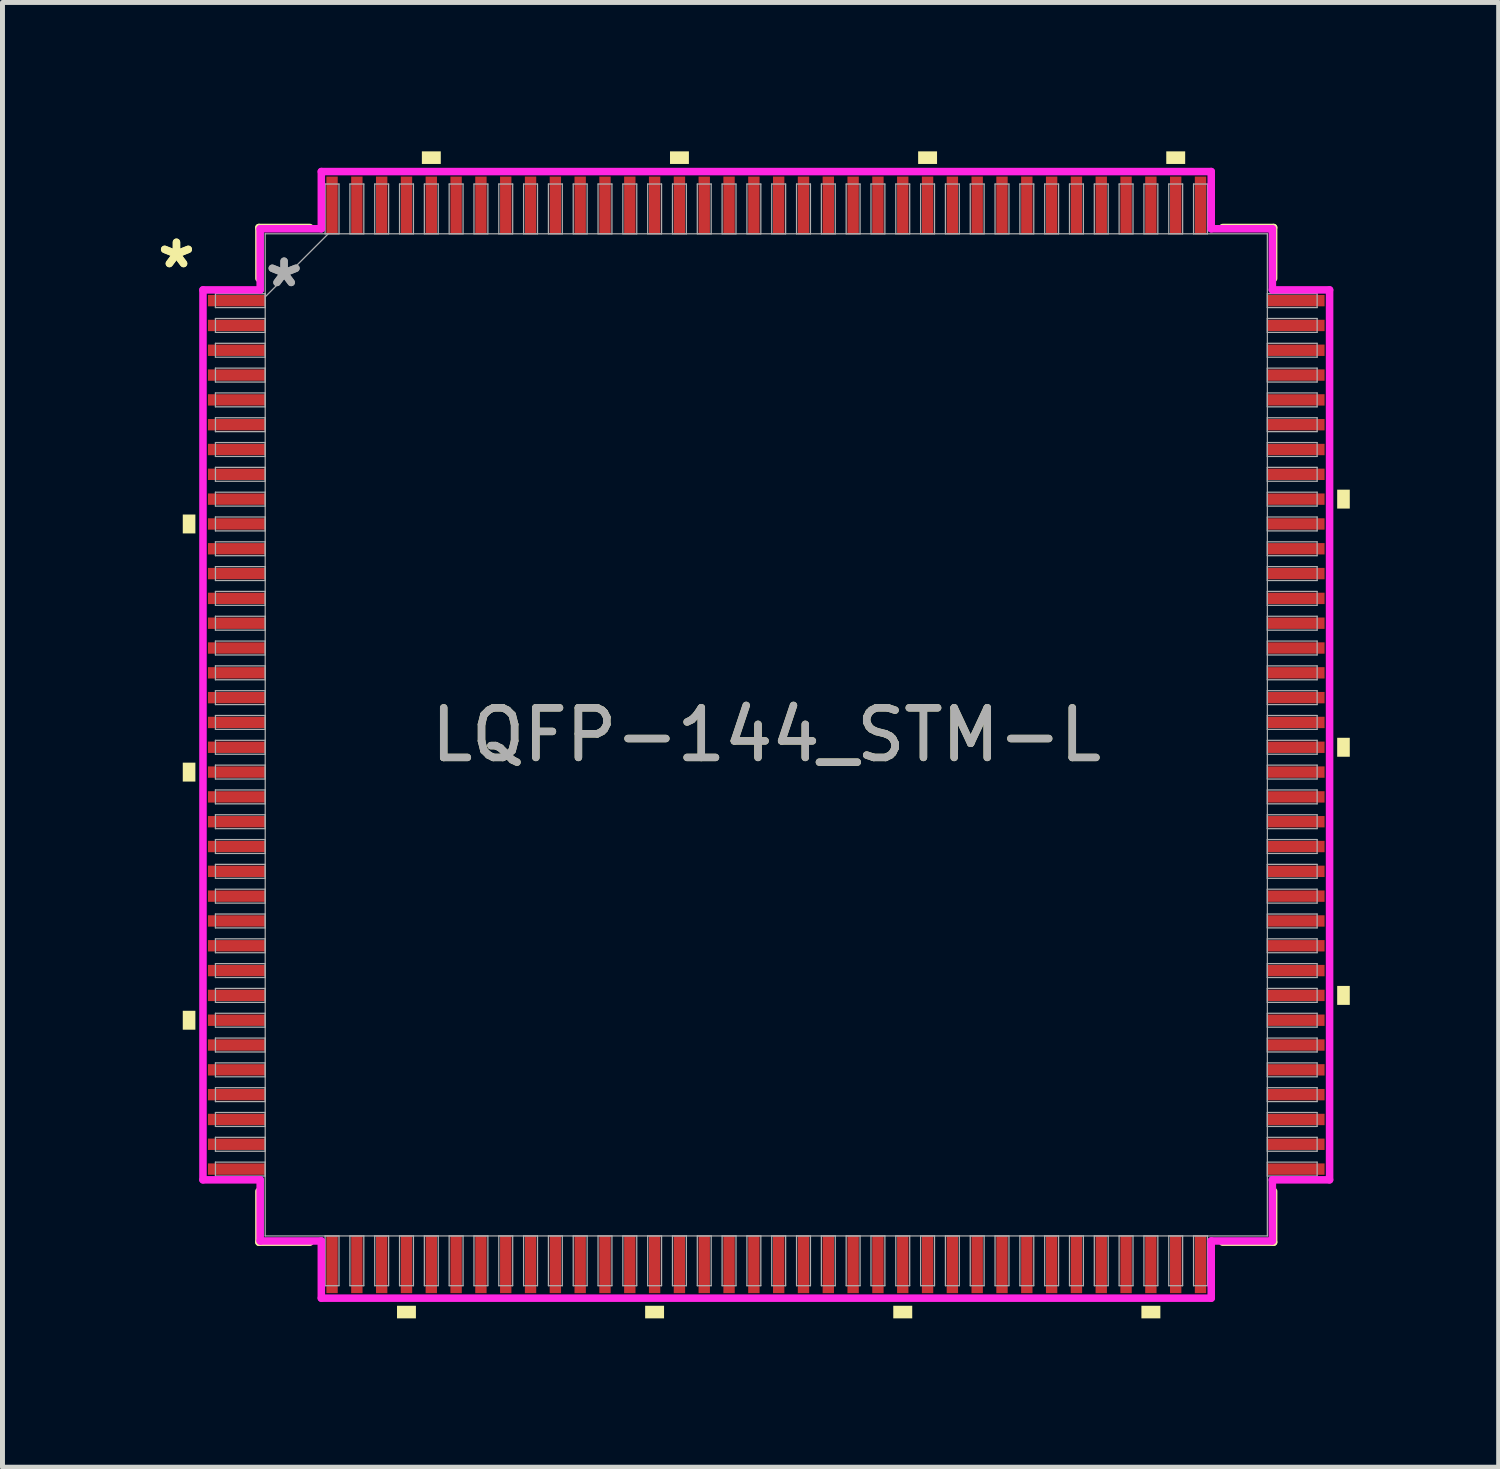
<source format=kicad_pcb>
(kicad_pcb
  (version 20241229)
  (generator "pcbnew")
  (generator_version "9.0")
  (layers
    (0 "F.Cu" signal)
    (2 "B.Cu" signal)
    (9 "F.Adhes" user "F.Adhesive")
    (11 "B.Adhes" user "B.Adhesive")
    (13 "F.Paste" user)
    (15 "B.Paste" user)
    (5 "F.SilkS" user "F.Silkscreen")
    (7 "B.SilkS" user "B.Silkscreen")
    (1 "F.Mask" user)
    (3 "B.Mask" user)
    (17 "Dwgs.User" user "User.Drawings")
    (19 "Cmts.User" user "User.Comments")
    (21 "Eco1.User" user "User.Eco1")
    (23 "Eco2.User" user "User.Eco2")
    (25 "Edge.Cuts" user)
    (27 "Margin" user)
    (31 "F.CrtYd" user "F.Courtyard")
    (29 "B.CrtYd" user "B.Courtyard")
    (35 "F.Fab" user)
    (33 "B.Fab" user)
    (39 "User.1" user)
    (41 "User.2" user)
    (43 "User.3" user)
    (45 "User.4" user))
  (footprint "LQFP-144_STM-L"
    (layer "F.Cu")
    (at 12.391 11.758)
    (property "Reference" "LQFP-144_STM-L" (at 0 0 0) (unlocked yes) (layer "F.SilkS") (effects (font (size 1 1) (thickness 0.15))))
    (attr smd)
    (fp_line (start -10.223 -10.223) (end -10.223 -9.197) (stroke (width 0.152) (type solid)) (layer "F.SilkS"))
    (fp_line (start -10.223 9.197) (end -10.223 10.223) (stroke (width 0.152) (type solid)) (layer "F.SilkS"))
    (fp_line (start -10.223 10.223) (end -9.197 10.223) (stroke (width 0.152) (type solid)) (layer "F.SilkS"))
    (fp_line (start -9.197 -10.223) (end -10.223 -10.223) (stroke (width 0.152) (type solid)) (layer "F.SilkS"))
    (fp_line (start 9.197 10.223) (end 10.223 10.223) (stroke (width 0.152) (type solid)) (layer "F.SilkS"))
    (fp_line (start 10.223 -10.223) (end 9.197 -10.223) (stroke (width 0.152) (type solid)) (layer "F.SilkS"))
    (fp_line (start 10.223 -9.197) (end 10.223 -10.223) (stroke (width 0.152) (type solid)) (layer "F.SilkS"))
    (fp_line (start 10.223 10.223) (end 10.223 9.197) (stroke (width 0.152) (type solid)) (layer "F.SilkS"))
    (fp_poly (pts (xy -11.758 -4.44) (xy -11.758 -4.059) (xy -11.504 -4.059) (xy -11.504 -4.44)) (stroke (width 0) (type solid)) (fill yes) (layer "F.SilkS"))
    (fp_poly (pts (xy -11.758 0.56) (xy -11.758 0.941) (xy -11.504 0.941) (xy -11.504 0.56)) (stroke (width 0) (type solid)) (fill yes) (layer "F.SilkS"))
    (fp_poly (pts (xy -11.758 5.56) (xy -11.758 5.941) (xy -11.504 5.941) (xy -11.504 5.56)) (stroke (width 0) (type solid)) (fill yes) (layer "F.SilkS"))
    (fp_poly (pts (xy -7.441 11.504) (xy -7.441 11.758) (xy -7.06 11.758) (xy -7.06 11.504)) (stroke (width 0) (type solid)) (fill yes) (layer "F.SilkS"))
    (fp_poly (pts (xy -6.94 -11.504) (xy -6.94 -11.758) (xy -6.559 -11.758) (xy -6.559 -11.504)) (stroke (width 0) (type solid)) (fill yes) (layer "F.SilkS"))
    (fp_poly (pts (xy -2.441 11.504) (xy -2.441 11.758) (xy -2.06 11.758) (xy -2.06 11.504)) (stroke (width 0) (type solid)) (fill yes) (layer "F.SilkS"))
    (fp_poly (pts (xy -1.94 -11.504) (xy -1.94 -11.758) (xy -1.559 -11.758) (xy -1.559 -11.504)) (stroke (width 0) (type solid)) (fill yes) (layer "F.SilkS"))
    (fp_poly (pts (xy 2.559 11.504) (xy 2.559 11.758) (xy 2.941 11.758) (xy 2.941 11.504)) (stroke (width 0) (type solid)) (fill yes) (layer "F.SilkS"))
    (fp_poly (pts (xy 3.06 -11.504) (xy 3.06 -11.758) (xy 3.441 -11.758) (xy 3.441 -11.504)) (stroke (width 0) (type solid)) (fill yes) (layer "F.SilkS"))
    (fp_poly (pts (xy 7.559 11.504) (xy 7.559 11.758) (xy 7.941 11.758) (xy 7.941 11.504)) (stroke (width 0) (type solid)) (fill yes) (layer "F.SilkS"))
    (fp_poly (pts (xy 8.06 -11.504) (xy 8.06 -11.758) (xy 8.441 -11.758) (xy 8.441 -11.504)) (stroke (width 0) (type solid)) (fill yes) (layer "F.SilkS"))
    (fp_poly (pts (xy 11.758 -4.941) (xy 11.758 -4.56) (xy 11.504 -4.56) (xy 11.504 -4.941)) (stroke (width 0) (type solid)) (fill yes) (layer "F.SilkS"))
    (fp_poly (pts (xy 11.758 0.059) (xy 11.758 0.441) (xy 11.504 0.441) (xy 11.504 0.059)) (stroke (width 0) (type solid)) (fill yes) (layer "F.SilkS"))
    (fp_poly (pts (xy 11.758 5.059) (xy 11.758 5.441) (xy 11.504 5.441) (xy 11.504 5.059)) (stroke (width 0) (type solid)) (fill yes) (layer "F.SilkS"))
    (fp_line (start -11.351 -8.966) (end -10.198 -8.966) (stroke (width 0.152) (type solid)) (layer "F.CrtYd"))
    (fp_line (start -11.351 8.966) (end -11.351 -8.966) (stroke (width 0.152) (type solid)) (layer "F.CrtYd"))
    (fp_line (start -10.198 -10.198) (end -8.966 -10.198) (stroke (width 0.152) (type solid)) (layer "F.CrtYd"))
    (fp_line (start -10.198 -8.966) (end -10.198 -10.198) (stroke (width 0.152) (type solid)) (layer "F.CrtYd"))
    (fp_line (start -10.198 8.966) (end -11.351 8.966) (stroke (width 0.152) (type solid)) (layer "F.CrtYd"))
    (fp_line (start -10.198 10.198) (end -10.198 8.966) (stroke (width 0.152) (type solid)) (layer "F.CrtYd"))
    (fp_line (start -10.198 10.198) (end -8.966 10.198) (stroke (width 0.152) (type solid)) (layer "F.CrtYd"))
    (fp_line (start -8.966 -11.351) (end 8.966 -11.351) (stroke (width 0.152) (type solid)) (layer "F.CrtYd"))
    (fp_line (start -8.966 -10.198) (end -8.966 -11.351) (stroke (width 0.152) (type solid)) (layer "F.CrtYd"))
    (fp_line (start -8.966 10.198) (end -8.966 11.351) (stroke (width 0.152) (type solid)) (layer "F.CrtYd"))
    (fp_line (start -8.966 11.351) (end 8.966 11.351) (stroke (width 0.152) (type solid)) (layer "F.CrtYd"))
    (fp_line (start 8.966 -11.351) (end 8.966 -10.198) (stroke (width 0.152) (type solid)) (layer "F.CrtYd"))
    (fp_line (start 8.966 -10.198) (end 10.198 -10.198) (stroke (width 0.152) (type solid)) (layer "F.CrtYd"))
    (fp_line (start 8.966 10.198) (end 10.198 10.198) (stroke (width 0.152) (type solid)) (layer "F.CrtYd"))
    (fp_line (start 8.966 11.351) (end 8.966 10.198) (stroke (width 0.152) (type solid)) (layer "F.CrtYd"))
    (fp_line (start 10.198 -8.966) (end 10.198 -10.198) (stroke (width 0.152) (type solid)) (layer "F.CrtYd"))
    (fp_line (start 10.198 8.966) (end 11.351 8.966) (stroke (width 0.152) (type solid)) (layer "F.CrtYd"))
    (fp_line (start 10.198 10.198) (end 10.198 8.966) (stroke (width 0.152) (type solid)) (layer "F.CrtYd"))
    (fp_line (start 11.351 -8.966) (end 10.198 -8.966) (stroke (width 0.152) (type solid)) (layer "F.CrtYd"))
    (fp_line (start 11.351 8.966) (end 11.351 -8.966) (stroke (width 0.152) (type solid)) (layer "F.CrtYd"))
    (fp_line (start -11.1 -8.89) (end -11.1 -8.61) (stroke (width 0.025) (type solid)) (layer "F.Fab"))
    (fp_line (start -11.1 -8.61) (end -10.097 -8.61) (stroke (width 0.025) (type solid)) (layer "F.Fab"))
    (fp_line (start -11.1 -8.39) (end -11.1 -8.11) (stroke (width 0.025) (type solid)) (layer "F.Fab"))
    (fp_line (start -11.1 -8.11) (end -10.097 -8.11) (stroke (width 0.025) (type solid)) (layer "F.Fab"))
    (fp_line (start -11.1 -7.89) (end -11.1 -7.61) (stroke (width 0.025) (type solid)) (layer "F.Fab"))
    (fp_line (start -11.1 -7.61) (end -10.097 -7.61) (stroke (width 0.025) (type solid)) (layer "F.Fab"))
    (fp_line (start -11.1 -7.39) (end -11.1 -7.11) (stroke (width 0.025) (type solid)) (layer "F.Fab"))
    (fp_line (start -11.1 -7.11) (end -10.097 -7.11) (stroke (width 0.025) (type solid)) (layer "F.Fab"))
    (fp_line (start -11.1 -6.89) (end -11.1 -6.61) (stroke (width 0.025) (type solid)) (layer "F.Fab"))
    (fp_line (start -11.1 -6.61) (end -10.097 -6.61) (stroke (width 0.025) (type solid)) (layer "F.Fab"))
    (fp_line (start -11.1 -6.39) (end -11.1 -6.11) (stroke (width 0.025) (type solid)) (layer "F.Fab"))
    (fp_line (start -11.1 -6.11) (end -10.097 -6.11) (stroke (width 0.025) (type solid)) (layer "F.Fab"))
    (fp_line (start -11.1 -5.89) (end -11.1 -5.61) (stroke (width 0.025) (type solid)) (layer "F.Fab"))
    (fp_line (start -11.1 -5.61) (end -10.097 -5.61) (stroke (width 0.025) (type solid)) (layer "F.Fab"))
    (fp_line (start -11.1 -5.39) (end -11.1 -5.11) (stroke (width 0.025) (type solid)) (layer "F.Fab"))
    (fp_line (start -11.1 -5.11) (end -10.097 -5.11) (stroke (width 0.025) (type solid)) (layer "F.Fab"))
    (fp_line (start -11.1 -4.89) (end -11.1 -4.61) (stroke (width 0.025) (type solid)) (layer "F.Fab"))
    (fp_line (start -11.1 -4.61) (end -10.097 -4.61) (stroke (width 0.025) (type solid)) (layer "F.Fab"))
    (fp_line (start -11.1 -4.39) (end -11.1 -4.11) (stroke (width 0.025) (type solid)) (layer "F.Fab"))
    (fp_line (start -11.1 -4.11) (end -10.097 -4.11) (stroke (width 0.025) (type solid)) (layer "F.Fab"))
    (fp_line (start -11.1 -3.89) (end -11.1 -3.61) (stroke (width 0.025) (type solid)) (layer "F.Fab"))
    (fp_line (start -11.1 -3.61) (end -10.097 -3.61) (stroke (width 0.025) (type solid)) (layer "F.Fab"))
    (fp_line (start -11.1 -3.39) (end -11.1 -3.11) (stroke (width 0.025) (type solid)) (layer "F.Fab"))
    (fp_line (start -11.1 -3.11) (end -10.097 -3.11) (stroke (width 0.025) (type solid)) (layer "F.Fab"))
    (fp_line (start -11.1 -2.89) (end -11.1 -2.61) (stroke (width 0.025) (type solid)) (layer "F.Fab"))
    (fp_line (start -11.1 -2.61) (end -10.097 -2.61) (stroke (width 0.025) (type solid)) (layer "F.Fab"))
    (fp_line (start -11.1 -2.39) (end -11.1 -2.11) (stroke (width 0.025) (type solid)) (layer "F.Fab"))
    (fp_line (start -11.1 -2.11) (end -10.097 -2.11) (stroke (width 0.025) (type solid)) (layer "F.Fab"))
    (fp_line (start -11.1 -1.89) (end -11.1 -1.61) (stroke (width 0.025) (type solid)) (layer "F.Fab"))
    (fp_line (start -11.1 -1.61) (end -10.097 -1.61) (stroke (width 0.025) (type solid)) (layer "F.Fab"))
    (fp_line (start -11.1 -1.39) (end -11.1 -1.11) (stroke (width 0.025) (type solid)) (layer "F.Fab"))
    (fp_line (start -11.1 -1.11) (end -10.097 -1.11) (stroke (width 0.025) (type solid)) (layer "F.Fab"))
    (fp_line (start -11.1 -0.89) (end -11.1 -0.61) (stroke (width 0.025) (type solid)) (layer "F.Fab"))
    (fp_line (start -11.1 -0.61) (end -10.097 -0.61) (stroke (width 0.025) (type solid)) (layer "F.Fab"))
    (fp_line (start -11.1 -0.39) (end -11.1 -0.11) (stroke (width 0.025) (type solid)) (layer "F.Fab"))
    (fp_line (start -11.1 -0.11) (end -10.097 -0.11) (stroke (width 0.025) (type solid)) (layer "F.Fab"))
    (fp_line (start -11.1 0.11) (end -11.1 0.39) (stroke (width 0.025) (type solid)) (layer "F.Fab"))
    (fp_line (start -11.1 0.39) (end -10.097 0.39) (stroke (width 0.025) (type solid)) (layer "F.Fab"))
    (fp_line (start -11.1 0.61) (end -11.1 0.89) (stroke (width 0.025) (type solid)) (layer "F.Fab"))
    (fp_line (start -11.1 0.89) (end -10.097 0.89) (stroke (width 0.025) (type solid)) (layer "F.Fab"))
    (fp_line (start -11.1 1.11) (end -11.1 1.39) (stroke (width 0.025) (type solid)) (layer "F.Fab"))
    (fp_line (start -11.1 1.39) (end -10.097 1.39) (stroke (width 0.025) (type solid)) (layer "F.Fab"))
    (fp_line (start -11.1 1.61) (end -11.1 1.89) (stroke (width 0.025) (type solid)) (layer "F.Fab"))
    (fp_line (start -11.1 1.89) (end -10.097 1.89) (stroke (width 0.025) (type solid)) (layer "F.Fab"))
    (fp_line (start -11.1 2.11) (end -11.1 2.39) (stroke (width 0.025) (type solid)) (layer "F.Fab"))
    (fp_line (start -11.1 2.39) (end -10.097 2.39) (stroke (width 0.025) (type solid)) (layer "F.Fab"))
    (fp_line (start -11.1 2.61) (end -11.1 2.89) (stroke (width 0.025) (type solid)) (layer "F.Fab"))
    (fp_line (start -11.1 2.89) (end -10.097 2.89) (stroke (width 0.025) (type solid)) (layer "F.Fab"))
    (fp_line (start -11.1 3.11) (end -11.1 3.39) (stroke (width 0.025) (type solid)) (layer "F.Fab"))
    (fp_line (start -11.1 3.39) (end -10.097 3.39) (stroke (width 0.025) (type solid)) (layer "F.Fab"))
    (fp_line (start -11.1 3.61) (end -11.1 3.89) (stroke (width 0.025) (type solid)) (layer "F.Fab"))
    (fp_line (start -11.1 3.89) (end -10.097 3.89) (stroke (width 0.025) (type solid)) (layer "F.Fab"))
    (fp_line (start -11.1 4.11) (end -11.1 4.39) (stroke (width 0.025) (type solid)) (layer "F.Fab"))
    (fp_line (start -11.1 4.39) (end -10.097 4.39) (stroke (width 0.025) (type solid)) (layer "F.Fab"))
    (fp_line (start -11.1 4.61) (end -11.1 4.89) (stroke (width 0.025) (type solid)) (layer "F.Fab"))
    (fp_line (start -11.1 4.89) (end -10.097 4.89) (stroke (width 0.025) (type solid)) (layer "F.Fab"))
    (fp_line (start -11.1 5.11) (end -11.1 5.39) (stroke (width 0.025) (type solid)) (layer "F.Fab"))
    (fp_line (start -11.1 5.39) (end -10.097 5.39) (stroke (width 0.025) (type solid)) (layer "F.Fab"))
    (fp_line (start -11.1 5.61) (end -11.1 5.89) (stroke (width 0.025) (type solid)) (layer "F.Fab"))
    (fp_line (start -11.1 5.89) (end -10.097 5.89) (stroke (width 0.025) (type solid)) (layer "F.Fab"))
    (fp_line (start -11.1 6.11) (end -11.1 6.39) (stroke (width 0.025) (type solid)) (layer "F.Fab"))
    (fp_line (start -11.1 6.39) (end -10.097 6.39) (stroke (width 0.025) (type solid)) (layer "F.Fab"))
    (fp_line (start -11.1 6.61) (end -11.1 6.89) (stroke (width 0.025) (type solid)) (layer "F.Fab"))
    (fp_line (start -11.1 6.89) (end -10.097 6.89) (stroke (width 0.025) (type solid)) (layer "F.Fab"))
    (fp_line (start -11.1 7.11) (end -11.1 7.39) (stroke (width 0.025) (type solid)) (layer "F.Fab"))
    (fp_line (start -11.1 7.39) (end -10.097 7.39) (stroke (width 0.025) (type solid)) (layer "F.Fab"))
    (fp_line (start -11.1 7.61) (end -11.1 7.89) (stroke (width 0.025) (type solid)) (layer "F.Fab"))
    (fp_line (start -11.1 7.89) (end -10.097 7.89) (stroke (width 0.025) (type solid)) (layer "F.Fab"))
    (fp_line (start -11.1 8.11) (end -11.1 8.39) (stroke (width 0.025) (type solid)) (layer "F.Fab"))
    (fp_line (start -11.1 8.39) (end -10.097 8.39) (stroke (width 0.025) (type solid)) (layer "F.Fab"))
    (fp_line (start -11.1 8.61) (end -11.1 8.89) (stroke (width 0.025) (type solid)) (layer "F.Fab"))
    (fp_line (start -11.1 8.89) (end -10.097 8.89) (stroke (width 0.025) (type solid)) (layer "F.Fab"))
    (fp_line (start -10.097 -10.097) (end -10.097 10.097) (stroke (width 0.025) (type solid)) (layer "F.Fab"))
    (fp_line (start -10.097 -8.89) (end -11.1 -8.89) (stroke (width 0.025) (type solid)) (layer "F.Fab"))
    (fp_line (start -10.097 -8.826) (end -8.826 -10.097) (stroke (width 0.025) (type solid)) (layer "F.Fab"))
    (fp_line (start -10.097 -8.61) (end -10.097 -8.89) (stroke (width 0.025) (type solid)) (layer "F.Fab"))
    (fp_line (start -10.097 -8.39) (end -11.1 -8.39) (stroke (width 0.025) (type solid)) (layer "F.Fab"))
    (fp_line (start -10.097 -8.11) (end -10.097 -8.39) (stroke (width 0.025) (type solid)) (layer "F.Fab"))
    (fp_line (start -10.097 -7.89) (end -11.1 -7.89) (stroke (width 0.025) (type solid)) (layer "F.Fab"))
    (fp_line (start -10.097 -7.61) (end -10.097 -7.89) (stroke (width 0.025) (type solid)) (layer "F.Fab"))
    (fp_line (start -10.097 -7.39) (end -11.1 -7.39) (stroke (width 0.025) (type solid)) (layer "F.Fab"))
    (fp_line (start -10.097 -7.11) (end -10.097 -7.39) (stroke (width 0.025) (type solid)) (layer "F.Fab"))
    (fp_line (start -10.097 -6.89) (end -11.1 -6.89) (stroke (width 0.025) (type solid)) (layer "F.Fab"))
    (fp_line (start -10.097 -6.61) (end -10.097 -6.89) (stroke (width 0.025) (type solid)) (layer "F.Fab"))
    (fp_line (start -10.097 -6.39) (end -11.1 -6.39) (stroke (width 0.025) (type solid)) (layer "F.Fab"))
    (fp_line (start -10.097 -6.11) (end -10.097 -6.39) (stroke (width 0.025) (type solid)) (layer "F.Fab"))
    (fp_line (start -10.097 -5.89) (end -11.1 -5.89) (stroke (width 0.025) (type solid)) (layer "F.Fab"))
    (fp_line (start -10.097 -5.61) (end -10.097 -5.89) (stroke (width 0.025) (type solid)) (layer "F.Fab"))
    (fp_line (start -10.097 -5.39) (end -11.1 -5.39) (stroke (width 0.025) (type solid)) (layer "F.Fab"))
    (fp_line (start -10.097 -5.11) (end -10.097 -5.39) (stroke (width 0.025) (type solid)) (layer "F.Fab"))
    (fp_line (start -10.097 -4.89) (end -11.1 -4.89) (stroke (width 0.025) (type solid)) (layer "F.Fab"))
    (fp_line (start -10.097 -4.61) (end -10.097 -4.89) (stroke (width 0.025) (type solid)) (layer "F.Fab"))
    (fp_line (start -10.097 -4.39) (end -11.1 -4.39) (stroke (width 0.025) (type solid)) (layer "F.Fab"))
    (fp_line (start -10.097 -4.11) (end -10.097 -4.39) (stroke (width 0.025) (type solid)) (layer "F.Fab"))
    (fp_line (start -10.097 -3.89) (end -11.1 -3.89) (stroke (width 0.025) (type solid)) (layer "F.Fab"))
    (fp_line (start -10.097 -3.61) (end -10.097 -3.89) (stroke (width 0.025) (type solid)) (layer "F.Fab"))
    (fp_line (start -10.097 -3.39) (end -11.1 -3.39) (stroke (width 0.025) (type solid)) (layer "F.Fab"))
    (fp_line (start -10.097 -3.11) (end -10.097 -3.39) (stroke (width 0.025) (type solid)) (layer "F.Fab"))
    (fp_line (start -10.097 -2.89) (end -11.1 -2.89) (stroke (width 0.025) (type solid)) (layer "F.Fab"))
    (fp_line (start -10.097 -2.61) (end -10.097 -2.89) (stroke (width 0.025) (type solid)) (layer "F.Fab"))
    (fp_line (start -10.097 -2.39) (end -11.1 -2.39) (stroke (width 0.025) (type solid)) (layer "F.Fab"))
    (fp_line (start -10.097 -2.11) (end -10.097 -2.39) (stroke (width 0.025) (type solid)) (layer "F.Fab"))
    (fp_line (start -10.097 -1.89) (end -11.1 -1.89) (stroke (width 0.025) (type solid)) (layer "F.Fab"))
    (fp_line (start -10.097 -1.61) (end -10.097 -1.89) (stroke (width 0.025) (type solid)) (layer "F.Fab"))
    (fp_line (start -10.097 -1.39) (end -11.1 -1.39) (stroke (width 0.025) (type solid)) (layer "F.Fab"))
    (fp_line (start -10.097 -1.11) (end -10.097 -1.39) (stroke (width 0.025) (type solid)) (layer "F.Fab"))
    (fp_line (start -10.097 -0.89) (end -11.1 -0.89) (stroke (width 0.025) (type solid)) (layer "F.Fab"))
    (fp_line (start -10.097 -0.61) (end -10.097 -0.89) (stroke (width 0.025) (type solid)) (layer "F.Fab"))
    (fp_line (start -10.097 -0.39) (end -11.1 -0.39) (stroke (width 0.025) (type solid)) (layer "F.Fab"))
    (fp_line (start -10.097 -0.11) (end -10.097 -0.39) (stroke (width 0.025) (type solid)) (layer "F.Fab"))
    (fp_line (start -10.097 0.11) (end -11.1 0.11) (stroke (width 0.025) (type solid)) (layer "F.Fab"))
    (fp_line (start -10.097 0.39) (end -10.097 0.11) (stroke (width 0.025) (type solid)) (layer "F.Fab"))
    (fp_line (start -10.097 0.61) (end -11.1 0.61) (stroke (width 0.025) (type solid)) (layer "F.Fab"))
    (fp_line (start -10.097 0.89) (end -10.097 0.61) (stroke (width 0.025) (type solid)) (layer "F.Fab"))
    (fp_line (start -10.097 1.11) (end -11.1 1.11) (stroke (width 0.025) (type solid)) (layer "F.Fab"))
    (fp_line (start -10.097 1.39) (end -10.097 1.11) (stroke (width 0.025) (type solid)) (layer "F.Fab"))
    (fp_line (start -10.097 1.61) (end -11.1 1.61) (stroke (width 0.025) (type solid)) (layer "F.Fab"))
    (fp_line (start -10.097 1.89) (end -10.097 1.61) (stroke (width 0.025) (type solid)) (layer "F.Fab"))
    (fp_line (start -10.097 2.11) (end -11.1 2.11) (stroke (width 0.025) (type solid)) (layer "F.Fab"))
    (fp_line (start -10.097 2.39) (end -10.097 2.11) (stroke (width 0.025) (type solid)) (layer "F.Fab"))
    (fp_line (start -10.097 2.61) (end -11.1 2.61) (stroke (width 0.025) (type solid)) (layer "F.Fab"))
    (fp_line (start -10.097 2.89) (end -10.097 2.61) (stroke (width 0.025) (type solid)) (layer "F.Fab"))
    (fp_line (start -10.097 3.11) (end -11.1 3.11) (stroke (width 0.025) (type solid)) (layer "F.Fab"))
    (fp_line (start -10.097 3.39) (end -10.097 3.11) (stroke (width 0.025) (type solid)) (layer "F.Fab"))
    (fp_line (start -10.097 3.61) (end -11.1 3.61) (stroke (width 0.025) (type solid)) (layer "F.Fab"))
    (fp_line (start -10.097 3.89) (end -10.097 3.61) (stroke (width 0.025) (type solid)) (layer "F.Fab"))
    (fp_line (start -10.097 4.11) (end -11.1 4.11) (stroke (width 0.025) (type solid)) (layer "F.Fab"))
    (fp_line (start -10.097 4.39) (end -10.097 4.11) (stroke (width 0.025) (type solid)) (layer "F.Fab"))
    (fp_line (start -10.097 4.61) (end -11.1 4.61) (stroke (width 0.025) (type solid)) (layer "F.Fab"))
    (fp_line (start -10.097 4.89) (end -10.097 4.61) (stroke (width 0.025) (type solid)) (layer "F.Fab"))
    (fp_line (start -10.097 5.11) (end -11.1 5.11) (stroke (width 0.025) (type solid)) (layer "F.Fab"))
    (fp_line (start -10.097 5.39) (end -10.097 5.11) (stroke (width 0.025) (type solid)) (layer "F.Fab"))
    (fp_line (start -10.097 5.61) (end -11.1 5.61) (stroke (width 0.025) (type solid)) (layer "F.Fab"))
    (fp_line (start -10.097 5.89) (end -10.097 5.61) (stroke (width 0.025) (type solid)) (layer "F.Fab"))
    (fp_line (start -10.097 6.11) (end -11.1 6.11) (stroke (width 0.025) (type solid)) (layer "F.Fab"))
    (fp_line (start -10.097 6.39) (end -10.097 6.11) (stroke (width 0.025) (type solid)) (layer "F.Fab"))
    (fp_line (start -10.097 6.61) (end -11.1 6.61) (stroke (width 0.025) (type solid)) (layer "F.Fab"))
    (fp_line (start -10.097 6.89) (end -10.097 6.61) (stroke (width 0.025) (type solid)) (layer "F.Fab"))
    (fp_line (start -10.097 7.11) (end -11.1 7.11) (stroke (width 0.025) (type solid)) (layer "F.Fab"))
    (fp_line (start -10.097 7.39) (end -10.097 7.11) (stroke (width 0.025) (type solid)) (layer "F.Fab"))
    (fp_line (start -10.097 7.61) (end -11.1 7.61) (stroke (width 0.025) (type solid)) (layer "F.Fab"))
    (fp_line (start -10.097 7.89) (end -10.097 7.61) (stroke (width 0.025) (type solid)) (layer "F.Fab"))
    (fp_line (start -10.097 8.11) (end -11.1 8.11) (stroke (width 0.025) (type solid)) (layer "F.Fab"))
    (fp_line (start -10.097 8.39) (end -10.097 8.11) (stroke (width 0.025) (type solid)) (layer "F.Fab"))
    (fp_line (start -10.097 8.61) (end -11.1 8.61) (stroke (width 0.025) (type solid)) (layer "F.Fab"))
    (fp_line (start -10.097 8.89) (end -10.097 8.61) (stroke (width 0.025) (type solid)) (layer "F.Fab"))
    (fp_line (start -10.097 10.097) (end 10.097 10.097) (stroke (width 0.025) (type solid)) (layer "F.Fab"))
    (fp_line (start -8.89 -11.1) (end -8.89 -10.097) (stroke (width 0.025) (type solid)) (layer "F.Fab"))
    (fp_line (start -8.89 -10.097) (end -8.61 -10.097) (stroke (width 0.025) (type solid)) (layer "F.Fab"))
    (fp_line (start -8.89 10.097) (end -8.89 11.1) (stroke (width 0.025) (type solid)) (layer "F.Fab"))
    (fp_line (start -8.89 11.1) (end -8.61 11.1) (stroke (width 0.025) (type solid)) (layer "F.Fab"))
    (fp_line (start -8.61 -11.1) (end -8.89 -11.1) (stroke (width 0.025) (type solid)) (layer "F.Fab"))
    (fp_line (start -8.61 -10.097) (end -8.61 -11.1) (stroke (width 0.025) (type solid)) (layer "F.Fab"))
    (fp_line (start -8.61 10.097) (end -8.89 10.097) (stroke (width 0.025) (type solid)) (layer "F.Fab"))
    (fp_line (start -8.61 11.1) (end -8.61 10.097) (stroke (width 0.025) (type solid)) (layer "F.Fab"))
    (fp_line (start -8.39 -11.1) (end -8.39 -10.097) (stroke (width 0.025) (type solid)) (layer "F.Fab"))
    (fp_line (start -8.39 -10.097) (end -8.11 -10.097) (stroke (width 0.025) (type solid)) (layer "F.Fab"))
    (fp_line (start -8.39 10.097) (end -8.39 11.1) (stroke (width 0.025) (type solid)) (layer "F.Fab"))
    (fp_line (start -8.39 11.1) (end -8.11 11.1) (stroke (width 0.025) (type solid)) (layer "F.Fab"))
    (fp_line (start -8.11 -11.1) (end -8.39 -11.1) (stroke (width 0.025) (type solid)) (layer "F.Fab"))
    (fp_line (start -8.11 -10.097) (end -8.11 -11.1) (stroke (width 0.025) (type solid)) (layer "F.Fab"))
    (fp_line (start -8.11 10.097) (end -8.39 10.097) (stroke (width 0.025) (type solid)) (layer "F.Fab"))
    (fp_line (start -8.11 11.1) (end -8.11 10.097) (stroke (width 0.025) (type solid)) (layer "F.Fab"))
    (fp_line (start -7.89 -11.1) (end -7.89 -10.097) (stroke (width 0.025) (type solid)) (layer "F.Fab"))
    (fp_line (start -7.89 -10.097) (end -7.61 -10.097) (stroke (width 0.025) (type solid)) (layer "F.Fab"))
    (fp_line (start -7.89 10.097) (end -7.89 11.1) (stroke (width 0.025) (type solid)) (layer "F.Fab"))
    (fp_line (start -7.89 11.1) (end -7.61 11.1) (stroke (width 0.025) (type solid)) (layer "F.Fab"))
    (fp_line (start -7.61 -11.1) (end -7.89 -11.1) (stroke (width 0.025) (type solid)) (layer "F.Fab"))
    (fp_line (start -7.61 -10.097) (end -7.61 -11.1) (stroke (width 0.025) (type solid)) (layer "F.Fab"))
    (fp_line (start -7.61 10.097) (end -7.89 10.097) (stroke (width 0.025) (type solid)) (layer "F.Fab"))
    (fp_line (start -7.61 11.1) (end -7.61 10.097) (stroke (width 0.025) (type solid)) (layer "F.Fab"))
    (fp_line (start -7.39 -11.1) (end -7.39 -10.097) (stroke (width 0.025) (type solid)) (layer "F.Fab"))
    (fp_line (start -7.39 -10.097) (end -7.11 -10.097) (stroke (width 0.025) (type solid)) (layer "F.Fab"))
    (fp_line (start -7.39 10.097) (end -7.39 11.1) (stroke (width 0.025) (type solid)) (layer "F.Fab"))
    (fp_line (start -7.39 11.1) (end -7.11 11.1) (stroke (width 0.025) (type solid)) (layer "F.Fab"))
    (fp_line (start -7.11 -11.1) (end -7.39 -11.1) (stroke (width 0.025) (type solid)) (layer "F.Fab"))
    (fp_line (start -7.11 -10.097) (end -7.11 -11.1) (stroke (width 0.025) (type solid)) (layer "F.Fab"))
    (fp_line (start -7.11 10.097) (end -7.39 10.097) (stroke (width 0.025) (type solid)) (layer "F.Fab"))
    (fp_line (start -7.11 11.1) (end -7.11 10.097) (stroke (width 0.025) (type solid)) (layer "F.Fab"))
    (fp_line (start -6.89 -11.1) (end -6.89 -10.097) (stroke (width 0.025) (type solid)) (layer "F.Fab"))
    (fp_line (start -6.89 -10.097) (end -6.61 -10.097) (stroke (width 0.025) (type solid)) (layer "F.Fab"))
    (fp_line (start -6.89 10.097) (end -6.89 11.1) (stroke (width 0.025) (type solid)) (layer "F.Fab"))
    (fp_line (start -6.89 11.1) (end -6.61 11.1) (stroke (width 0.025) (type solid)) (layer "F.Fab"))
    (fp_line (start -6.61 -11.1) (end -6.89 -11.1) (stroke (width 0.025) (type solid)) (layer "F.Fab"))
    (fp_line (start -6.61 -10.097) (end -6.61 -11.1) (stroke (width 0.025) (type solid)) (layer "F.Fab"))
    (fp_line (start -6.61 10.097) (end -6.89 10.097) (stroke (width 0.025) (type solid)) (layer "F.Fab"))
    (fp_line (start -6.61 11.1) (end -6.61 10.097) (stroke (width 0.025) (type solid)) (layer "F.Fab"))
    (fp_line (start -6.39 -11.1) (end -6.39 -10.097) (stroke (width 0.025) (type solid)) (layer "F.Fab"))
    (fp_line (start -6.39 -10.097) (end -6.11 -10.097) (stroke (width 0.025) (type solid)) (layer "F.Fab"))
    (fp_line (start -6.39 10.097) (end -6.39 11.1) (stroke (width 0.025) (type solid)) (layer "F.Fab"))
    (fp_line (start -6.39 11.1) (end -6.11 11.1) (stroke (width 0.025) (type solid)) (layer "F.Fab"))
    (fp_line (start -6.11 -11.1) (end -6.39 -11.1) (stroke (width 0.025) (type solid)) (layer "F.Fab"))
    (fp_line (start -6.11 -10.097) (end -6.11 -11.1) (stroke (width 0.025) (type solid)) (layer "F.Fab"))
    (fp_line (start -6.11 10.097) (end -6.39 10.097) (stroke (width 0.025) (type solid)) (layer "F.Fab"))
    (fp_line (start -6.11 11.1) (end -6.11 10.097) (stroke (width 0.025) (type solid)) (layer "F.Fab"))
    (fp_line (start -5.89 -11.1) (end -5.89 -10.097) (stroke (width 0.025) (type solid)) (layer "F.Fab"))
    (fp_line (start -5.89 -10.097) (end -5.61 -10.097) (stroke (width 0.025) (type solid)) (layer "F.Fab"))
    (fp_line (start -5.89 10.097) (end -5.89 11.1) (stroke (width 0.025) (type solid)) (layer "F.Fab"))
    (fp_line (start -5.89 11.1) (end -5.61 11.1) (stroke (width 0.025) (type solid)) (layer "F.Fab"))
    (fp_line (start -5.61 -11.1) (end -5.89 -11.1) (stroke (width 0.025) (type solid)) (layer "F.Fab"))
    (fp_line (start -5.61 -10.097) (end -5.61 -11.1) (stroke (width 0.025) (type solid)) (layer "F.Fab"))
    (fp_line (start -5.61 10.097) (end -5.89 10.097) (stroke (width 0.025) (type solid)) (layer "F.Fab"))
    (fp_line (start -5.61 11.1) (end -5.61 10.097) (stroke (width 0.025) (type solid)) (layer "F.Fab"))
    (fp_line (start -5.39 -11.1) (end -5.39 -10.097) (stroke (width 0.025) (type solid)) (layer "F.Fab"))
    (fp_line (start -5.39 -10.097) (end -5.11 -10.097) (stroke (width 0.025) (type solid)) (layer "F.Fab"))
    (fp_line (start -5.39 10.097) (end -5.39 11.1) (stroke (width 0.025) (type solid)) (layer "F.Fab"))
    (fp_line (start -5.39 11.1) (end -5.11 11.1) (stroke (width 0.025) (type solid)) (layer "F.Fab"))
    (fp_line (start -5.11 -11.1) (end -5.39 -11.1) (stroke (width 0.025) (type solid)) (layer "F.Fab"))
    (fp_line (start -5.11 -10.097) (end -5.11 -11.1) (stroke (width 0.025) (type solid)) (layer "F.Fab"))
    (fp_line (start -5.11 10.097) (end -5.39 10.097) (stroke (width 0.025) (type solid)) (layer "F.Fab"))
    (fp_line (start -5.11 11.1) (end -5.11 10.097) (stroke (width 0.025) (type solid)) (layer "F.Fab"))
    (fp_line (start -4.89 -11.1) (end -4.89 -10.097) (stroke (width 0.025) (type solid)) (layer "F.Fab"))
    (fp_line (start -4.89 -10.097) (end -4.61 -10.097) (stroke (width 0.025) (type solid)) (layer "F.Fab"))
    (fp_line (start -4.89 10.097) (end -4.89 11.1) (stroke (width 0.025) (type solid)) (layer "F.Fab"))
    (fp_line (start -4.89 11.1) (end -4.61 11.1) (stroke (width 0.025) (type solid)) (layer "F.Fab"))
    (fp_line (start -4.61 -11.1) (end -4.89 -11.1) (stroke (width 0.025) (type solid)) (layer "F.Fab"))
    (fp_line (start -4.61 -10.097) (end -4.61 -11.1) (stroke (width 0.025) (type solid)) (layer "F.Fab"))
    (fp_line (start -4.61 10.097) (end -4.89 10.097) (stroke (width 0.025) (type solid)) (layer "F.Fab"))
    (fp_line (start -4.61 11.1) (end -4.61 10.097) (stroke (width 0.025) (type solid)) (layer "F.Fab"))
    (fp_line (start -4.39 -11.1) (end -4.39 -10.097) (stroke (width 0.025) (type solid)) (layer "F.Fab"))
    (fp_line (start -4.39 -10.097) (end -4.11 -10.097) (stroke (width 0.025) (type solid)) (layer "F.Fab"))
    (fp_line (start -4.39 10.097) (end -4.39 11.1) (stroke (width 0.025) (type solid)) (layer "F.Fab"))
    (fp_line (start -4.39 11.1) (end -4.11 11.1) (stroke (width 0.025) (type solid)) (layer "F.Fab"))
    (fp_line (start -4.11 -11.1) (end -4.39 -11.1) (stroke (width 0.025) (type solid)) (layer "F.Fab"))
    (fp_line (start -4.11 -10.097) (end -4.11 -11.1) (stroke (width 0.025) (type solid)) (layer "F.Fab"))
    (fp_line (start -4.11 10.097) (end -4.39 10.097) (stroke (width 0.025) (type solid)) (layer "F.Fab"))
    (fp_line (start -4.11 11.1) (end -4.11 10.097) (stroke (width 0.025) (type solid)) (layer "F.Fab"))
    (fp_line (start -3.89 -11.1) (end -3.89 -10.097) (stroke (width 0.025) (type solid)) (layer "F.Fab"))
    (fp_line (start -3.89 -10.097) (end -3.61 -10.097) (stroke (width 0.025) (type solid)) (layer "F.Fab"))
    (fp_line (start -3.89 10.097) (end -3.89 11.1) (stroke (width 0.025) (type solid)) (layer "F.Fab"))
    (fp_line (start -3.89 11.1) (end -3.61 11.1) (stroke (width 0.025) (type solid)) (layer "F.Fab"))
    (fp_line (start -3.61 -11.1) (end -3.89 -11.1) (stroke (width 0.025) (type solid)) (layer "F.Fab"))
    (fp_line (start -3.61 -10.097) (end -3.61 -11.1) (stroke (width 0.025) (type solid)) (layer "F.Fab"))
    (fp_line (start -3.61 10.097) (end -3.89 10.097) (stroke (width 0.025) (type solid)) (layer "F.Fab"))
    (fp_line (start -3.61 11.1) (end -3.61 10.097) (stroke (width 0.025) (type solid)) (layer "F.Fab"))
    (fp_line (start -3.39 -11.1) (end -3.39 -10.097) (stroke (width 0.025) (type solid)) (layer "F.Fab"))
    (fp_line (start -3.39 -10.097) (end -3.11 -10.097) (stroke (width 0.025) (type solid)) (layer "F.Fab"))
    (fp_line (start -3.39 10.097) (end -3.39 11.1) (stroke (width 0.025) (type solid)) (layer "F.Fab"))
    (fp_line (start -3.39 11.1) (end -3.11 11.1) (stroke (width 0.025) (type solid)) (layer "F.Fab"))
    (fp_line (start -3.11 -11.1) (end -3.39 -11.1) (stroke (width 0.025) (type solid)) (layer "F.Fab"))
    (fp_line (start -3.11 -10.097) (end -3.11 -11.1) (stroke (width 0.025) (type solid)) (layer "F.Fab"))
    (fp_line (start -3.11 10.097) (end -3.39 10.097) (stroke (width 0.025) (type solid)) (layer "F.Fab"))
    (fp_line (start -3.11 11.1) (end -3.11 10.097) (stroke (width 0.025) (type solid)) (layer "F.Fab"))
    (fp_line (start -2.89 -11.1) (end -2.89 -10.097) (stroke (width 0.025) (type solid)) (layer "F.Fab"))
    (fp_line (start -2.89 -10.097) (end -2.61 -10.097) (stroke (width 0.025) (type solid)) (layer "F.Fab"))
    (fp_line (start -2.89 10.097) (end -2.89 11.1) (stroke (width 0.025) (type solid)) (layer "F.Fab"))
    (fp_line (start -2.89 11.1) (end -2.61 11.1) (stroke (width 0.025) (type solid)) (layer "F.Fab"))
    (fp_line (start -2.61 -11.1) (end -2.89 -11.1) (stroke (width 0.025) (type solid)) (layer "F.Fab"))
    (fp_line (start -2.61 -10.097) (end -2.61 -11.1) (stroke (width 0.025) (type solid)) (layer "F.Fab"))
    (fp_line (start -2.61 10.097) (end -2.89 10.097) (stroke (width 0.025) (type solid)) (layer "F.Fab"))
    (fp_line (start -2.61 11.1) (end -2.61 10.097) (stroke (width 0.025) (type solid)) (layer "F.Fab"))
    (fp_line (start -2.39 -11.1) (end -2.39 -10.097) (stroke (width 0.025) (type solid)) (layer "F.Fab"))
    (fp_line (start -2.39 -10.097) (end -2.11 -10.097) (stroke (width 0.025) (type solid)) (layer "F.Fab"))
    (fp_line (start -2.39 10.097) (end -2.39 11.1) (stroke (width 0.025) (type solid)) (layer "F.Fab"))
    (fp_line (start -2.39 11.1) (end -2.11 11.1) (stroke (width 0.025) (type solid)) (layer "F.Fab"))
    (fp_line (start -2.11 -11.1) (end -2.39 -11.1) (stroke (width 0.025) (type solid)) (layer "F.Fab"))
    (fp_line (start -2.11 -10.097) (end -2.11 -11.1) (stroke (width 0.025) (type solid)) (layer "F.Fab"))
    (fp_line (start -2.11 10.097) (end -2.39 10.097) (stroke (width 0.025) (type solid)) (layer "F.Fab"))
    (fp_line (start -2.11 11.1) (end -2.11 10.097) (stroke (width 0.025) (type solid)) (layer "F.Fab"))
    (fp_line (start -1.89 -11.1) (end -1.89 -10.097) (stroke (width 0.025) (type solid)) (layer "F.Fab"))
    (fp_line (start -1.89 -10.097) (end -1.61 -10.097) (stroke (width 0.025) (type solid)) (layer "F.Fab"))
    (fp_line (start -1.89 10.097) (end -1.89 11.1) (stroke (width 0.025) (type solid)) (layer "F.Fab"))
    (fp_line (start -1.89 11.1) (end -1.61 11.1) (stroke (width 0.025) (type solid)) (layer "F.Fab"))
    (fp_line (start -1.61 -11.1) (end -1.89 -11.1) (stroke (width 0.025) (type solid)) (layer "F.Fab"))
    (fp_line (start -1.61 -10.097) (end -1.61 -11.1) (stroke (width 0.025) (type solid)) (layer "F.Fab"))
    (fp_line (start -1.61 10.097) (end -1.89 10.097) (stroke (width 0.025) (type solid)) (layer "F.Fab"))
    (fp_line (start -1.61 11.1) (end -1.61 10.097) (stroke (width 0.025) (type solid)) (layer "F.Fab"))
    (fp_line (start -1.39 -11.1) (end -1.39 -10.097) (stroke (width 0.025) (type solid)) (layer "F.Fab"))
    (fp_line (start -1.39 -10.097) (end -1.11 -10.097) (stroke (width 0.025) (type solid)) (layer "F.Fab"))
    (fp_line (start -1.39 10.097) (end -1.39 11.1) (stroke (width 0.025) (type solid)) (layer "F.Fab"))
    (fp_line (start -1.39 11.1) (end -1.11 11.1) (stroke (width 0.025) (type solid)) (layer "F.Fab"))
    (fp_line (start -1.11 -11.1) (end -1.39 -11.1) (stroke (width 0.025) (type solid)) (layer "F.Fab"))
    (fp_line (start -1.11 -10.097) (end -1.11 -11.1) (stroke (width 0.025) (type solid)) (layer "F.Fab"))
    (fp_line (start -1.11 10.097) (end -1.39 10.097) (stroke (width 0.025) (type solid)) (layer "F.Fab"))
    (fp_line (start -1.11 11.1) (end -1.11 10.097) (stroke (width 0.025) (type solid)) (layer "F.Fab"))
    (fp_line (start -0.89 -11.1) (end -0.89 -10.097) (stroke (width 0.025) (type solid)) (layer "F.Fab"))
    (fp_line (start -0.89 -10.097) (end -0.61 -10.097) (stroke (width 0.025) (type solid)) (layer "F.Fab"))
    (fp_line (start -0.89 10.097) (end -0.89 11.1) (stroke (width 0.025) (type solid)) (layer "F.Fab"))
    (fp_line (start -0.89 11.1) (end -0.61 11.1) (stroke (width 0.025) (type solid)) (layer "F.Fab"))
    (fp_line (start -0.61 -11.1) (end -0.89 -11.1) (stroke (width 0.025) (type solid)) (layer "F.Fab"))
    (fp_line (start -0.61 -10.097) (end -0.61 -11.1) (stroke (width 0.025) (type solid)) (layer "F.Fab"))
    (fp_line (start -0.61 10.097) (end -0.89 10.097) (stroke (width 0.025) (type solid)) (layer "F.Fab"))
    (fp_line (start -0.61 11.1) (end -0.61 10.097) (stroke (width 0.025) (type solid)) (layer "F.Fab"))
    (fp_line (start -0.39 -11.1) (end -0.39 -10.097) (stroke (width 0.025) (type solid)) (layer "F.Fab"))
    (fp_line (start -0.39 -10.097) (end -0.11 -10.097) (stroke (width 0.025) (type solid)) (layer "F.Fab"))
    (fp_line (start -0.39 10.097) (end -0.39 11.1) (stroke (width 0.025) (type solid)) (layer "F.Fab"))
    (fp_line (start -0.39 11.1) (end -0.11 11.1) (stroke (width 0.025) (type solid)) (layer "F.Fab"))
    (fp_line (start -0.11 -11.1) (end -0.39 -11.1) (stroke (width 0.025) (type solid)) (layer "F.Fab"))
    (fp_line (start -0.11 -10.097) (end -0.11 -11.1) (stroke (width 0.025) (type solid)) (layer "F.Fab"))
    (fp_line (start -0.11 10.097) (end -0.39 10.097) (stroke (width 0.025) (type solid)) (layer "F.Fab"))
    (fp_line (start -0.11 11.1) (end -0.11 10.097) (stroke (width 0.025) (type solid)) (layer "F.Fab"))
    (fp_line (start 0.11 -11.1) (end 0.11 -10.097) (stroke (width 0.025) (type solid)) (layer "F.Fab"))
    (fp_line (start 0.11 -10.097) (end 0.39 -10.097) (stroke (width 0.025) (type solid)) (layer "F.Fab"))
    (fp_line (start 0.11 10.097) (end 0.11 11.1) (stroke (width 0.025) (type solid)) (layer "F.Fab"))
    (fp_line (start 0.11 11.1) (end 0.39 11.1) (stroke (width 0.025) (type solid)) (layer "F.Fab"))
    (fp_line (start 0.39 -11.1) (end 0.11 -11.1) (stroke (width 0.025) (type solid)) (layer "F.Fab"))
    (fp_line (start 0.39 -10.097) (end 0.39 -11.1) (stroke (width 0.025) (type solid)) (layer "F.Fab"))
    (fp_line (start 0.39 10.097) (end 0.11 10.097) (stroke (width 0.025) (type solid)) (layer "F.Fab"))
    (fp_line (start 0.39 11.1) (end 0.39 10.097) (stroke (width 0.025) (type solid)) (layer "F.Fab"))
    (fp_line (start 0.61 -11.1) (end 0.61 -10.097) (stroke (width 0.025) (type solid)) (layer "F.Fab"))
    (fp_line (start 0.61 -10.097) (end 0.89 -10.097) (stroke (width 0.025) (type solid)) (layer "F.Fab"))
    (fp_line (start 0.61 10.097) (end 0.61 11.1) (stroke (width 0.025) (type solid)) (layer "F.Fab"))
    (fp_line (start 0.61 11.1) (end 0.89 11.1) (stroke (width 0.025) (type solid)) (layer "F.Fab"))
    (fp_line (start 0.89 -11.1) (end 0.61 -11.1) (stroke (width 0.025) (type solid)) (layer "F.Fab"))
    (fp_line (start 0.89 -10.097) (end 0.89 -11.1) (stroke (width 0.025) (type solid)) (layer "F.Fab"))
    (fp_line (start 0.89 10.097) (end 0.61 10.097) (stroke (width 0.025) (type solid)) (layer "F.Fab"))
    (fp_line (start 0.89 11.1) (end 0.89 10.097) (stroke (width 0.025) (type solid)) (layer "F.Fab"))
    (fp_line (start 1.11 -11.1) (end 1.11 -10.097) (stroke (width 0.025) (type solid)) (layer "F.Fab"))
    (fp_line (start 1.11 -10.097) (end 1.39 -10.097) (stroke (width 0.025) (type solid)) (layer "F.Fab"))
    (fp_line (start 1.11 10.097) (end 1.11 11.1) (stroke (width 0.025) (type solid)) (layer "F.Fab"))
    (fp_line (start 1.11 11.1) (end 1.39 11.1) (stroke (width 0.025) (type solid)) (layer "F.Fab"))
    (fp_line (start 1.39 -11.1) (end 1.11 -11.1) (stroke (width 0.025) (type solid)) (layer "F.Fab"))
    (fp_line (start 1.39 -10.097) (end 1.39 -11.1) (stroke (width 0.025) (type solid)) (layer "F.Fab"))
    (fp_line (start 1.39 10.097) (end 1.11 10.097) (stroke (width 0.025) (type solid)) (layer "F.Fab"))
    (fp_line (start 1.39 11.1) (end 1.39 10.097) (stroke (width 0.025) (type solid)) (layer "F.Fab"))
    (fp_line (start 1.61 -11.1) (end 1.61 -10.097) (stroke (width 0.025) (type solid)) (layer "F.Fab"))
    (fp_line (start 1.61 -10.097) (end 1.89 -10.097) (stroke (width 0.025) (type solid)) (layer "F.Fab"))
    (fp_line (start 1.61 10.097) (end 1.61 11.1) (stroke (width 0.025) (type solid)) (layer "F.Fab"))
    (fp_line (start 1.61 11.1) (end 1.89 11.1) (stroke (width 0.025) (type solid)) (layer "F.Fab"))
    (fp_line (start 1.89 -11.1) (end 1.61 -11.1) (stroke (width 0.025) (type solid)) (layer "F.Fab"))
    (fp_line (start 1.89 -10.097) (end 1.89 -11.1) (stroke (width 0.025) (type solid)) (layer "F.Fab"))
    (fp_line (start 1.89 10.097) (end 1.61 10.097) (stroke (width 0.025) (type solid)) (layer "F.Fab"))
    (fp_line (start 1.89 11.1) (end 1.89 10.097) (stroke (width 0.025) (type solid)) (layer "F.Fab"))
    (fp_line (start 2.11 -11.1) (end 2.11 -10.097) (stroke (width 0.025) (type solid)) (layer "F.Fab"))
    (fp_line (start 2.11 -10.097) (end 2.39 -10.097) (stroke (width 0.025) (type solid)) (layer "F.Fab"))
    (fp_line (start 2.11 10.097) (end 2.11 11.1) (stroke (width 0.025) (type solid)) (layer "F.Fab"))
    (fp_line (start 2.11 11.1) (end 2.39 11.1) (stroke (width 0.025) (type solid)) (layer "F.Fab"))
    (fp_line (start 2.39 -11.1) (end 2.11 -11.1) (stroke (width 0.025) (type solid)) (layer "F.Fab"))
    (fp_line (start 2.39 -10.097) (end 2.39 -11.1) (stroke (width 0.025) (type solid)) (layer "F.Fab"))
    (fp_line (start 2.39 10.097) (end 2.11 10.097) (stroke (width 0.025) (type solid)) (layer "F.Fab"))
    (fp_line (start 2.39 11.1) (end 2.39 10.097) (stroke (width 0.025) (type solid)) (layer "F.Fab"))
    (fp_line (start 2.61 -11.1) (end 2.61 -10.097) (stroke (width 0.025) (type solid)) (layer "F.Fab"))
    (fp_line (start 2.61 -10.097) (end 2.89 -10.097) (stroke (width 0.025) (type solid)) (layer "F.Fab"))
    (fp_line (start 2.61 10.097) (end 2.61 11.1) (stroke (width 0.025) (type solid)) (layer "F.Fab"))
    (fp_line (start 2.61 11.1) (end 2.89 11.1) (stroke (width 0.025) (type solid)) (layer "F.Fab"))
    (fp_line (start 2.89 -11.1) (end 2.61 -11.1) (stroke (width 0.025) (type solid)) (layer "F.Fab"))
    (fp_line (start 2.89 -10.097) (end 2.89 -11.1) (stroke (width 0.025) (type solid)) (layer "F.Fab"))
    (fp_line (start 2.89 10.097) (end 2.61 10.097) (stroke (width 0.025) (type solid)) (layer "F.Fab"))
    (fp_line (start 2.89 11.1) (end 2.89 10.097) (stroke (width 0.025) (type solid)) (layer "F.Fab"))
    (fp_line (start 3.11 -11.1) (end 3.11 -10.097) (stroke (width 0.025) (type solid)) (layer "F.Fab"))
    (fp_line (start 3.11 -10.097) (end 3.39 -10.097) (stroke (width 0.025) (type solid)) (layer "F.Fab"))
    (fp_line (start 3.11 10.097) (end 3.11 11.1) (stroke (width 0.025) (type solid)) (layer "F.Fab"))
    (fp_line (start 3.11 11.1) (end 3.39 11.1) (stroke (width 0.025) (type solid)) (layer "F.Fab"))
    (fp_line (start 3.39 -11.1) (end 3.11 -11.1) (stroke (width 0.025) (type solid)) (layer "F.Fab"))
    (fp_line (start 3.39 -10.097) (end 3.39 -11.1) (stroke (width 0.025) (type solid)) (layer "F.Fab"))
    (fp_line (start 3.39 10.097) (end 3.11 10.097) (stroke (width 0.025) (type solid)) (layer "F.Fab"))
    (fp_line (start 3.39 11.1) (end 3.39 10.097) (stroke (width 0.025) (type solid)) (layer "F.Fab"))
    (fp_line (start 3.61 -11.1) (end 3.61 -10.097) (stroke (width 0.025) (type solid)) (layer "F.Fab"))
    (fp_line (start 3.61 -10.097) (end 3.89 -10.097) (stroke (width 0.025) (type solid)) (layer "F.Fab"))
    (fp_line (start 3.61 10.097) (end 3.61 11.1) (stroke (width 0.025) (type solid)) (layer "F.Fab"))
    (fp_line (start 3.61 11.1) (end 3.89 11.1) (stroke (width 0.025) (type solid)) (layer "F.Fab"))
    (fp_line (start 3.89 -11.1) (end 3.61 -11.1) (stroke (width 0.025) (type solid)) (layer "F.Fab"))
    (fp_line (start 3.89 -10.097) (end 3.89 -11.1) (stroke (width 0.025) (type solid)) (layer "F.Fab"))
    (fp_line (start 3.89 10.097) (end 3.61 10.097) (stroke (width 0.025) (type solid)) (layer "F.Fab"))
    (fp_line (start 3.89 11.1) (end 3.89 10.097) (stroke (width 0.025) (type solid)) (layer "F.Fab"))
    (fp_line (start 4.11 -11.1) (end 4.11 -10.097) (stroke (width 0.025) (type solid)) (layer "F.Fab"))
    (fp_line (start 4.11 -10.097) (end 4.39 -10.097) (stroke (width 0.025) (type solid)) (layer "F.Fab"))
    (fp_line (start 4.11 10.097) (end 4.11 11.1) (stroke (width 0.025) (type solid)) (layer "F.Fab"))
    (fp_line (start 4.11 11.1) (end 4.39 11.1) (stroke (width 0.025) (type solid)) (layer "F.Fab"))
    (fp_line (start 4.39 -11.1) (end 4.11 -11.1) (stroke (width 0.025) (type solid)) (layer "F.Fab"))
    (fp_line (start 4.39 -10.097) (end 4.39 -11.1) (stroke (width 0.025) (type solid)) (layer "F.Fab"))
    (fp_line (start 4.39 10.097) (end 4.11 10.097) (stroke (width 0.025) (type solid)) (layer "F.Fab"))
    (fp_line (start 4.39 11.1) (end 4.39 10.097) (stroke (width 0.025) (type solid)) (layer "F.Fab"))
    (fp_line (start 4.61 -11.1) (end 4.61 -10.097) (stroke (width 0.025) (type solid)) (layer "F.Fab"))
    (fp_line (start 4.61 -10.097) (end 4.89 -10.097) (stroke (width 0.025) (type solid)) (layer "F.Fab"))
    (fp_line (start 4.61 10.097) (end 4.61 11.1) (stroke (width 0.025) (type solid)) (layer "F.Fab"))
    (fp_line (start 4.61 11.1) (end 4.89 11.1) (stroke (width 0.025) (type solid)) (layer "F.Fab"))
    (fp_line (start 4.89 -11.1) (end 4.61 -11.1) (stroke (width 0.025) (type solid)) (layer "F.Fab"))
    (fp_line (start 4.89 -10.097) (end 4.89 -11.1) (stroke (width 0.025) (type solid)) (layer "F.Fab"))
    (fp_line (start 4.89 10.097) (end 4.61 10.097) (stroke (width 0.025) (type solid)) (layer "F.Fab"))
    (fp_line (start 4.89 11.1) (end 4.89 10.097) (stroke (width 0.025) (type solid)) (layer "F.Fab"))
    (fp_line (start 5.11 -11.1) (end 5.11 -10.097) (stroke (width 0.025) (type solid)) (layer "F.Fab"))
    (fp_line (start 5.11 -10.097) (end 5.39 -10.097) (stroke (width 0.025) (type solid)) (layer "F.Fab"))
    (fp_line (start 5.11 10.097) (end 5.11 11.1) (stroke (width 0.025) (type solid)) (layer "F.Fab"))
    (fp_line (start 5.11 11.1) (end 5.39 11.1) (stroke (width 0.025) (type solid)) (layer "F.Fab"))
    (fp_line (start 5.39 -11.1) (end 5.11 -11.1) (stroke (width 0.025) (type solid)) (layer "F.Fab"))
    (fp_line (start 5.39 -10.097) (end 5.39 -11.1) (stroke (width 0.025) (type solid)) (layer "F.Fab"))
    (fp_line (start 5.39 10.097) (end 5.11 10.097) (stroke (width 0.025) (type solid)) (layer "F.Fab"))
    (fp_line (start 5.39 11.1) (end 5.39 10.097) (stroke (width 0.025) (type solid)) (layer "F.Fab"))
    (fp_line (start 5.61 -11.1) (end 5.61 -10.097) (stroke (width 0.025) (type solid)) (layer "F.Fab"))
    (fp_line (start 5.61 -10.097) (end 5.89 -10.097) (stroke (width 0.025) (type solid)) (layer "F.Fab"))
    (fp_line (start 5.61 10.097) (end 5.61 11.1) (stroke (width 0.025) (type solid)) (layer "F.Fab"))
    (fp_line (start 5.61 11.1) (end 5.89 11.1) (stroke (width 0.025) (type solid)) (layer "F.Fab"))
    (fp_line (start 5.89 -11.1) (end 5.61 -11.1) (stroke (width 0.025) (type solid)) (layer "F.Fab"))
    (fp_line (start 5.89 -10.097) (end 5.89 -11.1) (stroke (width 0.025) (type solid)) (layer "F.Fab"))
    (fp_line (start 5.89 10.097) (end 5.61 10.097) (stroke (width 0.025) (type solid)) (layer "F.Fab"))
    (fp_line (start 5.89 11.1) (end 5.89 10.097) (stroke (width 0.025) (type solid)) (layer "F.Fab"))
    (fp_line (start 6.11 -11.1) (end 6.11 -10.097) (stroke (width 0.025) (type solid)) (layer "F.Fab"))
    (fp_line (start 6.11 -10.097) (end 6.39 -10.097) (stroke (width 0.025) (type solid)) (layer "F.Fab"))
    (fp_line (start 6.11 10.097) (end 6.11 11.1) (stroke (width 0.025) (type solid)) (layer "F.Fab"))
    (fp_line (start 6.11 11.1) (end 6.39 11.1) (stroke (width 0.025) (type solid)) (layer "F.Fab"))
    (fp_line (start 6.39 -11.1) (end 6.11 -11.1) (stroke (width 0.025) (type solid)) (layer "F.Fab"))
    (fp_line (start 6.39 -10.097) (end 6.39 -11.1) (stroke (width 0.025) (type solid)) (layer "F.Fab"))
    (fp_line (start 6.39 10.097) (end 6.11 10.097) (stroke (width 0.025) (type solid)) (layer "F.Fab"))
    (fp_line (start 6.39 11.1) (end 6.39 10.097) (stroke (width 0.025) (type solid)) (layer "F.Fab"))
    (fp_line (start 6.61 -11.1) (end 6.61 -10.097) (stroke (width 0.025) (type solid)) (layer "F.Fab"))
    (fp_line (start 6.61 -10.097) (end 6.89 -10.097) (stroke (width 0.025) (type solid)) (layer "F.Fab"))
    (fp_line (start 6.61 10.097) (end 6.61 11.1) (stroke (width 0.025) (type solid)) (layer "F.Fab"))
    (fp_line (start 6.61 11.1) (end 6.89 11.1) (stroke (width 0.025) (type solid)) (layer "F.Fab"))
    (fp_line (start 6.89 -11.1) (end 6.61 -11.1) (stroke (width 0.025) (type solid)) (layer "F.Fab"))
    (fp_line (start 6.89 -10.097) (end 6.89 -11.1) (stroke (width 0.025) (type solid)) (layer "F.Fab"))
    (fp_line (start 6.89 10.097) (end 6.61 10.097) (stroke (width 0.025) (type solid)) (layer "F.Fab"))
    (fp_line (start 6.89 11.1) (end 6.89 10.097) (stroke (width 0.025) (type solid)) (layer "F.Fab"))
    (fp_line (start 7.11 -11.1) (end 7.11 -10.097) (stroke (width 0.025) (type solid)) (layer "F.Fab"))
    (fp_line (start 7.11 -10.097) (end 7.39 -10.097) (stroke (width 0.025) (type solid)) (layer "F.Fab"))
    (fp_line (start 7.11 10.097) (end 7.11 11.1) (stroke (width 0.025) (type solid)) (layer "F.Fab"))
    (fp_line (start 7.11 11.1) (end 7.39 11.1) (stroke (width 0.025) (type solid)) (layer "F.Fab"))
    (fp_line (start 7.39 -11.1) (end 7.11 -11.1) (stroke (width 0.025) (type solid)) (layer "F.Fab"))
    (fp_line (start 7.39 -10.097) (end 7.39 -11.1) (stroke (width 0.025) (type solid)) (layer "F.Fab"))
    (fp_line (start 7.39 10.097) (end 7.11 10.097) (stroke (width 0.025) (type solid)) (layer "F.Fab"))
    (fp_line (start 7.39 11.1) (end 7.39 10.097) (stroke (width 0.025) (type solid)) (layer "F.Fab"))
    (fp_line (start 7.61 -11.1) (end 7.61 -10.097) (stroke (width 0.025) (type solid)) (layer "F.Fab"))
    (fp_line (start 7.61 -10.097) (end 7.89 -10.097) (stroke (width 0.025) (type solid)) (layer "F.Fab"))
    (fp_line (start 7.61 10.097) (end 7.61 11.1) (stroke (width 0.025) (type solid)) (layer "F.Fab"))
    (fp_line (start 7.61 11.1) (end 7.89 11.1) (stroke (width 0.025) (type solid)) (layer "F.Fab"))
    (fp_line (start 7.89 -11.1) (end 7.61 -11.1) (stroke (width 0.025) (type solid)) (layer "F.Fab"))
    (fp_line (start 7.89 -10.097) (end 7.89 -11.1) (stroke (width 0.025) (type solid)) (layer "F.Fab"))
    (fp_line (start 7.89 10.097) (end 7.61 10.097) (stroke (width 0.025) (type solid)) (layer "F.Fab"))
    (fp_line (start 7.89 11.1) (end 7.89 10.097) (stroke (width 0.025) (type solid)) (layer "F.Fab"))
    (fp_line (start 8.11 -11.1) (end 8.11 -10.097) (stroke (width 0.025) (type solid)) (layer "F.Fab"))
    (fp_line (start 8.11 -10.097) (end 8.39 -10.097) (stroke (width 0.025) (type solid)) (layer "F.Fab"))
    (fp_line (start 8.11 10.097) (end 8.11 11.1) (stroke (width 0.025) (type solid)) (layer "F.Fab"))
    (fp_line (start 8.11 11.1) (end 8.39 11.1) (stroke (width 0.025) (type solid)) (layer "F.Fab"))
    (fp_line (start 8.39 -11.1) (end 8.11 -11.1) (stroke (width 0.025) (type solid)) (layer "F.Fab"))
    (fp_line (start 8.39 -10.097) (end 8.39 -11.1) (stroke (width 0.025) (type solid)) (layer "F.Fab"))
    (fp_line (start 8.39 10.097) (end 8.11 10.097) (stroke (width 0.025) (type solid)) (layer "F.Fab"))
    (fp_line (start 8.39 11.1) (end 8.39 10.097) (stroke (width 0.025) (type solid)) (layer "F.Fab"))
    (fp_line (start 8.61 -11.1) (end 8.61 -10.097) (stroke (width 0.025) (type solid)) (layer "F.Fab"))
    (fp_line (start 8.61 -10.097) (end 8.89 -10.097) (stroke (width 0.025) (type solid)) (layer "F.Fab"))
    (fp_line (start 8.61 10.097) (end 8.61 11.1) (stroke (width 0.025) (type solid)) (layer "F.Fab"))
    (fp_line (start 8.61 11.1) (end 8.89 11.1) (stroke (width 0.025) (type solid)) (layer "F.Fab"))
    (fp_line (start 8.89 -11.1) (end 8.61 -11.1) (stroke (width 0.025) (type solid)) (layer "F.Fab"))
    (fp_line (start 8.89 -10.097) (end 8.89 -11.1) (stroke (width 0.025) (type solid)) (layer "F.Fab"))
    (fp_line (start 8.89 10.097) (end 8.61 10.097) (stroke (width 0.025) (type solid)) (layer "F.Fab"))
    (fp_line (start 8.89 11.1) (end 8.89 10.097) (stroke (width 0.025) (type solid)) (layer "F.Fab"))
    (fp_line (start 10.097 -10.097) (end -10.097 -10.097) (stroke (width 0.025) (type solid)) (layer "F.Fab"))
    (fp_line (start 10.097 -8.89) (end 10.097 -8.61) (stroke (width 0.025) (type solid)) (layer "F.Fab"))
    (fp_line (start 10.097 -8.61) (end 11.1 -8.61) (stroke (width 0.025) (type solid)) (layer "F.Fab"))
    (fp_line (start 10.097 -8.39) (end 10.097 -8.11) (stroke (width 0.025) (type solid)) (layer "F.Fab"))
    (fp_line (start 10.097 -8.11) (end 11.1 -8.11) (stroke (width 0.025) (type solid)) (layer "F.Fab"))
    (fp_line (start 10.097 -7.89) (end 10.097 -7.61) (stroke (width 0.025) (type solid)) (layer "F.Fab"))
    (fp_line (start 10.097 -7.61) (end 11.1 -7.61) (stroke (width 0.025) (type solid)) (layer "F.Fab"))
    (fp_line (start 10.097 -7.39) (end 10.097 -7.11) (stroke (width 0.025) (type solid)) (layer "F.Fab"))
    (fp_line (start 10.097 -7.11) (end 11.1 -7.11) (stroke (width 0.025) (type solid)) (layer "F.Fab"))
    (fp_line (start 10.097 -6.89) (end 10.097 -6.61) (stroke (width 0.025) (type solid)) (layer "F.Fab"))
    (fp_line (start 10.097 -6.61) (end 11.1 -6.61) (stroke (width 0.025) (type solid)) (layer "F.Fab"))
    (fp_line (start 10.097 -6.39) (end 10.097 -6.11) (stroke (width 0.025) (type solid)) (layer "F.Fab"))
    (fp_line (start 10.097 -6.11) (end 11.1 -6.11) (stroke (width 0.025) (type solid)) (layer "F.Fab"))
    (fp_line (start 10.097 -5.89) (end 10.097 -5.61) (stroke (width 0.025) (type solid)) (layer "F.Fab"))
    (fp_line (start 10.097 -5.61) (end 11.1 -5.61) (stroke (width 0.025) (type solid)) (layer "F.Fab"))
    (fp_line (start 10.097 -5.39) (end 10.097 -5.11) (stroke (width 0.025) (type solid)) (layer "F.Fab"))
    (fp_line (start 10.097 -5.11) (end 11.1 -5.11) (stroke (width 0.025) (type solid)) (layer "F.Fab"))
    (fp_line (start 10.097 -4.89) (end 10.097 -4.61) (stroke (width 0.025) (type solid)) (layer "F.Fab"))
    (fp_line (start 10.097 -4.61) (end 11.1 -4.61) (stroke (width 0.025) (type solid)) (layer "F.Fab"))
    (fp_line (start 10.097 -4.39) (end 10.097 -4.11) (stroke (width 0.025) (type solid)) (layer "F.Fab"))
    (fp_line (start 10.097 -4.11) (end 11.1 -4.11) (stroke (width 0.025) (type solid)) (layer "F.Fab"))
    (fp_line (start 10.097 -3.89) (end 10.097 -3.61) (stroke (width 0.025) (type solid)) (layer "F.Fab"))
    (fp_line (start 10.097 -3.61) (end 11.1 -3.61) (stroke (width 0.025) (type solid)) (layer "F.Fab"))
    (fp_line (start 10.097 -3.39) (end 10.097 -3.11) (stroke (width 0.025) (type solid)) (layer "F.Fab"))
    (fp_line (start 10.097 -3.11) (end 11.1 -3.11) (stroke (width 0.025) (type solid)) (layer "F.Fab"))
    (fp_line (start 10.097 -2.89) (end 10.097 -2.61) (stroke (width 0.025) (type solid)) (layer "F.Fab"))
    (fp_line (start 10.097 -2.61) (end 11.1 -2.61) (stroke (width 0.025) (type solid)) (layer "F.Fab"))
    (fp_line (start 10.097 -2.39) (end 10.097 -2.11) (stroke (width 0.025) (type solid)) (layer "F.Fab"))
    (fp_line (start 10.097 -2.11) (end 11.1 -2.11) (stroke (width 0.025) (type solid)) (layer "F.Fab"))
    (fp_line (start 10.097 -1.89) (end 10.097 -1.61) (stroke (width 0.025) (type solid)) (layer "F.Fab"))
    (fp_line (start 10.097 -1.61) (end 11.1 -1.61) (stroke (width 0.025) (type solid)) (layer "F.Fab"))
    (fp_line (start 10.097 -1.39) (end 10.097 -1.11) (stroke (width 0.025) (type solid)) (layer "F.Fab"))
    (fp_line (start 10.097 -1.11) (end 11.1 -1.11) (stroke (width 0.025) (type solid)) (layer "F.Fab"))
    (fp_line (start 10.097 -0.89) (end 10.097 -0.61) (stroke (width 0.025) (type solid)) (layer "F.Fab"))
    (fp_line (start 10.097 -0.61) (end 11.1 -0.61) (stroke (width 0.025) (type solid)) (layer "F.Fab"))
    (fp_line (start 10.097 -0.39) (end 10.097 -0.11) (stroke (width 0.025) (type solid)) (layer "F.Fab"))
    (fp_line (start 10.097 -0.11) (end 11.1 -0.11) (stroke (width 0.025) (type solid)) (layer "F.Fab"))
    (fp_line (start 10.097 0.11) (end 10.097 0.39) (stroke (width 0.025) (type solid)) (layer "F.Fab"))
    (fp_line (start 10.097 0.39) (end 11.1 0.39) (stroke (width 0.025) (type solid)) (layer "F.Fab"))
    (fp_line (start 10.097 0.61) (end 10.097 0.89) (stroke (width 0.025) (type solid)) (layer "F.Fab"))
    (fp_line (start 10.097 0.89) (end 11.1 0.89) (stroke (width 0.025) (type solid)) (layer "F.Fab"))
    (fp_line (start 10.097 1.11) (end 10.097 1.39) (stroke (width 0.025) (type solid)) (layer "F.Fab"))
    (fp_line (start 10.097 1.39) (end 11.1 1.39) (stroke (width 0.025) (type solid)) (layer "F.Fab"))
    (fp_line (start 10.097 1.61) (end 10.097 1.89) (stroke (width 0.025) (type solid)) (layer "F.Fab"))
    (fp_line (start 10.097 1.89) (end 11.1 1.89) (stroke (width 0.025) (type solid)) (layer "F.Fab"))
    (fp_line (start 10.097 2.11) (end 10.097 2.39) (stroke (width 0.025) (type solid)) (layer "F.Fab"))
    (fp_line (start 10.097 2.39) (end 11.1 2.39) (stroke (width 0.025) (type solid)) (layer "F.Fab"))
    (fp_line (start 10.097 2.61) (end 10.097 2.89) (stroke (width 0.025) (type solid)) (layer "F.Fab"))
    (fp_line (start 10.097 2.89) (end 11.1 2.89) (stroke (width 0.025) (type solid)) (layer "F.Fab"))
    (fp_line (start 10.097 3.11) (end 10.097 3.39) (stroke (width 0.025) (type solid)) (layer "F.Fab"))
    (fp_line (start 10.097 3.39) (end 11.1 3.39) (stroke (width 0.025) (type solid)) (layer "F.Fab"))
    (fp_line (start 10.097 3.61) (end 10.097 3.89) (stroke (width 0.025) (type solid)) (layer "F.Fab"))
    (fp_line (start 10.097 3.89) (end 11.1 3.89) (stroke (width 0.025) (type solid)) (layer "F.Fab"))
    (fp_line (start 10.097 4.11) (end 10.097 4.39) (stroke (width 0.025) (type solid)) (layer "F.Fab"))
    (fp_line (start 10.097 4.39) (end 11.1 4.39) (stroke (width 0.025) (type solid)) (layer "F.Fab"))
    (fp_line (start 10.097 4.61) (end 10.097 4.89) (stroke (width 0.025) (type solid)) (layer "F.Fab"))
    (fp_line (start 10.097 4.89) (end 11.1 4.89) (stroke (width 0.025) (type solid)) (layer "F.Fab"))
    (fp_line (start 10.097 5.11) (end 10.097 5.39) (stroke (width 0.025) (type solid)) (layer "F.Fab"))
    (fp_line (start 10.097 5.39) (end 11.1 5.39) (stroke (width 0.025) (type solid)) (layer "F.Fab"))
    (fp_line (start 10.097 5.61) (end 10.097 5.89) (stroke (width 0.025) (type solid)) (layer "F.Fab"))
    (fp_line (start 10.097 5.89) (end 11.1 5.89) (stroke (width 0.025) (type solid)) (layer "F.Fab"))
    (fp_line (start 10.097 6.11) (end 10.097 6.39) (stroke (width 0.025) (type solid)) (layer "F.Fab"))
    (fp_line (start 10.097 6.39) (end 11.1 6.39) (stroke (width 0.025) (type solid)) (layer "F.Fab"))
    (fp_line (start 10.097 6.61) (end 10.097 6.89) (stroke (width 0.025) (type solid)) (layer "F.Fab"))
    (fp_line (start 10.097 6.89) (end 11.1 6.89) (stroke (width 0.025) (type solid)) (layer "F.Fab"))
    (fp_line (start 10.097 7.11) (end 10.097 7.39) (stroke (width 0.025) (type solid)) (layer "F.Fab"))
    (fp_line (start 10.097 7.39) (end 11.1 7.39) (stroke (width 0.025) (type solid)) (layer "F.Fab"))
    (fp_line (start 10.097 7.61) (end 10.097 7.89) (stroke (width 0.025) (type solid)) (layer "F.Fab"))
    (fp_line (start 10.097 7.89) (end 11.1 7.89) (stroke (width 0.025) (type solid)) (layer "F.Fab"))
    (fp_line (start 10.097 8.11) (end 10.097 8.39) (stroke (width 0.025) (type solid)) (layer "F.Fab"))
    (fp_line (start 10.097 8.39) (end 11.1 8.39) (stroke (width 0.025) (type solid)) (layer "F.Fab"))
    (fp_line (start 10.097 8.61) (end 10.097 8.89) (stroke (width 0.025) (type solid)) (layer "F.Fab"))
    (fp_line (start 10.097 8.89) (end 11.1 8.89) (stroke (width 0.025) (type solid)) (layer "F.Fab"))
    (fp_line (start 10.097 10.097) (end 10.097 -10.097) (stroke (width 0.025) (type solid)) (layer "F.Fab"))
    (fp_line (start 11.1 -8.89) (end 10.097 -8.89) (stroke (width 0.025) (type solid)) (layer "F.Fab"))
    (fp_line (start 11.1 -8.61) (end 11.1 -8.89) (stroke (width 0.025) (type solid)) (layer "F.Fab"))
    (fp_line (start 11.1 -8.39) (end 10.097 -8.39) (stroke (width 0.025) (type solid)) (layer "F.Fab"))
    (fp_line (start 11.1 -8.11) (end 11.1 -8.39) (stroke (width 0.025) (type solid)) (layer "F.Fab"))
    (fp_line (start 11.1 -7.89) (end 10.097 -7.89) (stroke (width 0.025) (type solid)) (layer "F.Fab"))
    (fp_line (start 11.1 -7.61) (end 11.1 -7.89) (stroke (width 0.025) (type solid)) (layer "F.Fab"))
    (fp_line (start 11.1 -7.39) (end 10.097 -7.39) (stroke (width 0.025) (type solid)) (layer "F.Fab"))
    (fp_line (start 11.1 -7.11) (end 11.1 -7.39) (stroke (width 0.025) (type solid)) (layer "F.Fab"))
    (fp_line (start 11.1 -6.89) (end 10.097 -6.89) (stroke (width 0.025) (type solid)) (layer "F.Fab"))
    (fp_line (start 11.1 -6.61) (end 11.1 -6.89) (stroke (width 0.025) (type solid)) (layer "F.Fab"))
    (fp_line (start 11.1 -6.39) (end 10.097 -6.39) (stroke (width 0.025) (type solid)) (layer "F.Fab"))
    (fp_line (start 11.1 -6.11) (end 11.1 -6.39) (stroke (width 0.025) (type solid)) (layer "F.Fab"))
    (fp_line (start 11.1 -5.89) (end 10.097 -5.89) (stroke (width 0.025) (type solid)) (layer "F.Fab"))
    (fp_line (start 11.1 -5.61) (end 11.1 -5.89) (stroke (width 0.025) (type solid)) (layer "F.Fab"))
    (fp_line (start 11.1 -5.39) (end 10.097 -5.39) (stroke (width 0.025) (type solid)) (layer "F.Fab"))
    (fp_line (start 11.1 -5.11) (end 11.1 -5.39) (stroke (width 0.025) (type solid)) (layer "F.Fab"))
    (fp_line (start 11.1 -4.89) (end 10.097 -4.89) (stroke (width 0.025) (type solid)) (layer "F.Fab"))
    (fp_line (start 11.1 -4.61) (end 11.1 -4.89) (stroke (width 0.025) (type solid)) (layer "F.Fab"))
    (fp_line (start 11.1 -4.39) (end 10.097 -4.39) (stroke (width 0.025) (type solid)) (layer "F.Fab"))
    (fp_line (start 11.1 -4.11) (end 11.1 -4.39) (stroke (width 0.025) (type solid)) (layer "F.Fab"))
    (fp_line (start 11.1 -3.89) (end 10.097 -3.89) (stroke (width 0.025) (type solid)) (layer "F.Fab"))
    (fp_line (start 11.1 -3.61) (end 11.1 -3.89) (stroke (width 0.025) (type solid)) (layer "F.Fab"))
    (fp_line (start 11.1 -3.39) (end 10.097 -3.39) (stroke (width 0.025) (type solid)) (layer "F.Fab"))
    (fp_line (start 11.1 -3.11) (end 11.1 -3.39) (stroke (width 0.025) (type solid)) (layer "F.Fab"))
    (fp_line (start 11.1 -2.89) (end 10.097 -2.89) (stroke (width 0.025) (type solid)) (layer "F.Fab"))
    (fp_line (start 11.1 -2.61) (end 11.1 -2.89) (stroke (width 0.025) (type solid)) (layer "F.Fab"))
    (fp_line (start 11.1 -2.39) (end 10.097 -2.39) (stroke (width 0.025) (type solid)) (layer "F.Fab"))
    (fp_line (start 11.1 -2.11) (end 11.1 -2.39) (stroke (width 0.025) (type solid)) (layer "F.Fab"))
    (fp_line (start 11.1 -1.89) (end 10.097 -1.89) (stroke (width 0.025) (type solid)) (layer "F.Fab"))
    (fp_line (start 11.1 -1.61) (end 11.1 -1.89) (stroke (width 0.025) (type solid)) (layer "F.Fab"))
    (fp_line (start 11.1 -1.39) (end 10.097 -1.39) (stroke (width 0.025) (type solid)) (layer "F.Fab"))
    (fp_line (start 11.1 -1.11) (end 11.1 -1.39) (stroke (width 0.025) (type solid)) (layer "F.Fab"))
    (fp_line (start 11.1 -0.89) (end 10.097 -0.89) (stroke (width 0.025) (type solid)) (layer "F.Fab"))
    (fp_line (start 11.1 -0.61) (end 11.1 -0.89) (stroke (width 0.025) (type solid)) (layer "F.Fab"))
    (fp_line (start 11.1 -0.39) (end 10.097 -0.39) (stroke (width 0.025) (type solid)) (layer "F.Fab"))
    (fp_line (start 11.1 -0.11) (end 11.1 -0.39) (stroke (width 0.025) (type solid)) (layer "F.Fab"))
    (fp_line (start 11.1 0.11) (end 10.097 0.11) (stroke (width 0.025) (type solid)) (layer "F.Fab"))
    (fp_line (start 11.1 0.39) (end 11.1 0.11) (stroke (width 0.025) (type solid)) (layer "F.Fab"))
    (fp_line (start 11.1 0.61) (end 10.097 0.61) (stroke (width 0.025) (type solid)) (layer "F.Fab"))
    (fp_line (start 11.1 0.89) (end 11.1 0.61) (stroke (width 0.025) (type solid)) (layer "F.Fab"))
    (fp_line (start 11.1 1.11) (end 10.097 1.11) (stroke (width 0.025) (type solid)) (layer "F.Fab"))
    (fp_line (start 11.1 1.39) (end 11.1 1.11) (stroke (width 0.025) (type solid)) (layer "F.Fab"))
    (fp_line (start 11.1 1.61) (end 10.097 1.61) (stroke (width 0.025) (type solid)) (layer "F.Fab"))
    (fp_line (start 11.1 1.89) (end 11.1 1.61) (stroke (width 0.025) (type solid)) (layer "F.Fab"))
    (fp_line (start 11.1 2.11) (end 10.097 2.11) (stroke (width 0.025) (type solid)) (layer "F.Fab"))
    (fp_line (start 11.1 2.39) (end 11.1 2.11) (stroke (width 0.025) (type solid)) (layer "F.Fab"))
    (fp_line (start 11.1 2.61) (end 10.097 2.61) (stroke (width 0.025) (type solid)) (layer "F.Fab"))
    (fp_line (start 11.1 2.89) (end 11.1 2.61) (stroke (width 0.025) (type solid)) (layer "F.Fab"))
    (fp_line (start 11.1 3.11) (end 10.097 3.11) (stroke (width 0.025) (type solid)) (layer "F.Fab"))
    (fp_line (start 11.1 3.39) (end 11.1 3.11) (stroke (width 0.025) (type solid)) (layer "F.Fab"))
    (fp_line (start 11.1 3.61) (end 10.097 3.61) (stroke (width 0.025) (type solid)) (layer "F.Fab"))
    (fp_line (start 11.1 3.89) (end 11.1 3.61) (stroke (width 0.025) (type solid)) (layer "F.Fab"))
    (fp_line (start 11.1 4.11) (end 10.097 4.11) (stroke (width 0.025) (type solid)) (layer "F.Fab"))
    (fp_line (start 11.1 4.39) (end 11.1 4.11) (stroke (width 0.025) (type solid)) (layer "F.Fab"))
    (fp_line (start 11.1 4.61) (end 10.097 4.61) (stroke (width 0.025) (type solid)) (layer "F.Fab"))
    (fp_line (start 11.1 4.89) (end 11.1 4.61) (stroke (width 0.025) (type solid)) (layer "F.Fab"))
    (fp_line (start 11.1 5.11) (end 10.097 5.11) (stroke (width 0.025) (type solid)) (layer "F.Fab"))
    (fp_line (start 11.1 5.39) (end 11.1 5.11) (stroke (width 0.025) (type solid)) (layer "F.Fab"))
    (fp_line (start 11.1 5.61) (end 10.097 5.61) (stroke (width 0.025) (type solid)) (layer "F.Fab"))
    (fp_line (start 11.1 5.89) (end 11.1 5.61) (stroke (width 0.025) (type solid)) (layer "F.Fab"))
    (fp_line (start 11.1 6.11) (end 10.097 6.11) (stroke (width 0.025) (type solid)) (layer "F.Fab"))
    (fp_line (start 11.1 6.39) (end 11.1 6.11) (stroke (width 0.025) (type solid)) (layer "F.Fab"))
    (fp_line (start 11.1 6.61) (end 10.097 6.61) (stroke (width 0.025) (type solid)) (layer "F.Fab"))
    (fp_line (start 11.1 6.89) (end 11.1 6.61) (stroke (width 0.025) (type solid)) (layer "F.Fab"))
    (fp_line (start 11.1 7.11) (end 10.097 7.11) (stroke (width 0.025) (type solid)) (layer "F.Fab"))
    (fp_line (start 11.1 7.39) (end 11.1 7.11) (stroke (width 0.025) (type solid)) (layer "F.Fab"))
    (fp_line (start 11.1 7.61) (end 10.097 7.61) (stroke (width 0.025) (type solid)) (layer "F.Fab"))
    (fp_line (start 11.1 7.89) (end 11.1 7.61) (stroke (width 0.025) (type solid)) (layer "F.Fab"))
    (fp_line (start 11.1 8.11) (end 10.097 8.11) (stroke (width 0.025) (type solid)) (layer "F.Fab"))
    (fp_line (start 11.1 8.39) (end 11.1 8.11) (stroke (width 0.025) (type solid)) (layer "F.Fab"))
    (fp_line (start 11.1 8.61) (end 10.097 8.61) (stroke (width 0.025) (type solid)) (layer "F.Fab"))
    (fp_line (start 11.1 8.89) (end 11.1 8.61) (stroke (width 0.025) (type solid)) (layer "F.Fab"))
    (fp_text user "*" (at -11.885 -9.381 0) (unlocked yes) (layer "F.SilkS") (effects (font (size 1 1) (thickness 0.15))))
    (fp_text user "*" (at -11.885 -9.381 0) (layer "F.SilkS") (effects (font (size 1 1) (thickness 0.15))))
    (fp_text user "*" (at -9.716 -9 0) (unlocked yes) (layer "F.Fab") (effects (font (size 1 1) (thickness 0.15))))
    (fp_text user "*" (at -9.716 -9 0) (layer "F.Fab") (effects (font (size 1 1) (thickness 0.15))))
    (fp_text user "${REFERENCE}" (at 0 0 0) (unlocked yes) (layer "F.Fab") (effects (font (size 1 1) (thickness 0.15))))
    (pad "1" smd rect (at -10.669 -8.75 90) (size 0.229 1.162) (layers "F.Cu" "F.Mask" "F.Paste"))
    (pad "2" smd rect (at -10.669 -8.25 90) (size 0.229 1.162) (layers "F.Cu" "F.Mask" "F.Paste"))
    (pad "3" smd rect (at -10.669 -7.75 90) (size 0.229 1.162) (layers "F.Cu" "F.Mask" "F.Paste"))
    (pad "4" smd rect (at -10.669 -7.25 90) (size 0.229 1.162) (layers "F.Cu" "F.Mask" "F.Paste"))
    (pad "5" smd rect (at -10.669 -6.75 90) (size 0.229 1.162) (layers "F.Cu" "F.Mask" "F.Paste"))
    (pad "6" smd rect (at -10.669 -6.25 90) (size 0.229 1.162) (layers "F.Cu" "F.Mask" "F.Paste"))
    (pad "7" smd rect (at -10.669 -5.75 90) (size 0.229 1.162) (layers "F.Cu" "F.Mask" "F.Paste"))
    (pad "8" smd rect (at -10.669 -5.25 90) (size 0.229 1.162) (layers "F.Cu" "F.Mask" "F.Paste"))
    (pad "9" smd rect (at -10.669 -4.75 90) (size 0.229 1.162) (layers "F.Cu" "F.Mask" "F.Paste"))
    (pad "10" smd rect (at -10.669 -4.25 90) (size 0.229 1.162) (layers "F.Cu" "F.Mask" "F.Paste"))
    (pad "11" smd rect (at -10.669 -3.75 90) (size 0.229 1.162) (layers "F.Cu" "F.Mask" "F.Paste"))
    (pad "12" smd rect (at -10.669 -3.25 90) (size 0.229 1.162) (layers "F.Cu" "F.Mask" "F.Paste"))
    (pad "13" smd rect (at -10.669 -2.75 90) (size 0.229 1.162) (layers "F.Cu" "F.Mask" "F.Paste"))
    (pad "14" smd rect (at -10.669 -2.25 90) (size 0.229 1.162) (layers "F.Cu" "F.Mask" "F.Paste"))
    (pad "15" smd rect (at -10.669 -1.75 90) (size 0.229 1.162) (layers "F.Cu" "F.Mask" "F.Paste"))
    (pad "16" smd rect (at -10.669 -1.25 90) (size 0.229 1.162) (layers "F.Cu" "F.Mask" "F.Paste"))
    (pad "17" smd rect (at -10.669 -0.75 90) (size 0.229 1.162) (layers "F.Cu" "F.Mask" "F.Paste"))
    (pad "18" smd rect (at -10.669 -0.25 90) (size 0.229 1.162) (layers "F.Cu" "F.Mask" "F.Paste"))
    (pad "19" smd rect (at -10.669 0.25 90) (size 0.229 1.162) (layers "F.Cu" "F.Mask" "F.Paste"))
    (pad "20" smd rect (at -10.669 0.75 90) (size 0.229 1.162) (layers "F.Cu" "F.Mask" "F.Paste"))
    (pad "21" smd rect (at -10.669 1.25 90) (size 0.229 1.162) (layers "F.Cu" "F.Mask" "F.Paste"))
    (pad "22" smd rect (at -10.669 1.75 90) (size 0.229 1.162) (layers "F.Cu" "F.Mask" "F.Paste"))
    (pad "23" smd rect (at -10.669 2.25 90) (size 0.229 1.162) (layers "F.Cu" "F.Mask" "F.Paste"))
    (pad "24" smd rect (at -10.669 2.75 90) (size 0.229 1.162) (layers "F.Cu" "F.Mask" "F.Paste"))
    (pad "25" smd rect (at -10.669 3.25 90) (size 0.229 1.162) (layers "F.Cu" "F.Mask" "F.Paste"))
    (pad "26" smd rect (at -10.669 3.75 90) (size 0.229 1.162) (layers "F.Cu" "F.Mask" "F.Paste"))
    (pad "27" smd rect (at -10.669 4.25 90) (size 0.229 1.162) (layers "F.Cu" "F.Mask" "F.Paste"))
    (pad "28" smd rect (at -10.669 4.75 90) (size 0.229 1.162) (layers "F.Cu" "F.Mask" "F.Paste"))
    (pad "29" smd rect (at -10.669 5.25 90) (size 0.229 1.162) (layers "F.Cu" "F.Mask" "F.Paste"))
    (pad "30" smd rect (at -10.669 5.75 90) (size 0.229 1.162) (layers "F.Cu" "F.Mask" "F.Paste"))
    (pad "31" smd rect (at -10.669 6.25 90) (size 0.229 1.162) (layers "F.Cu" "F.Mask" "F.Paste"))
    (pad "32" smd rect (at -10.669 6.75 90) (size 0.229 1.162) (layers "F.Cu" "F.Mask" "F.Paste"))
    (pad "33" smd rect (at -10.669 7.25 90) (size 0.229 1.162) (layers "F.Cu" "F.Mask" "F.Paste"))
    (pad "34" smd rect (at -10.669 7.75 90) (size 0.229 1.162) (layers "F.Cu" "F.Mask" "F.Paste"))
    (pad "35" smd rect (at -10.669 8.25 90) (size 0.229 1.162) (layers "F.Cu" "F.Mask" "F.Paste"))
    (pad "36" smd rect (at -10.669 8.75 90) (size 0.229 1.162) (layers "F.Cu" "F.Mask" "F.Paste"))
    (pad "37" smd rect (at -8.75 10.669) (size 0.229 1.162) (layers "F.Cu" "F.Mask" "F.Paste"))
    (pad "38" smd rect (at -8.25 10.669) (size 0.229 1.162) (layers "F.Cu" "F.Mask" "F.Paste"))
    (pad "39" smd rect (at -7.75 10.669) (size 0.229 1.162) (layers "F.Cu" "F.Mask" "F.Paste"))
    (pad "40" smd rect (at -7.25 10.669) (size 0.229 1.162) (layers "F.Cu" "F.Mask" "F.Paste"))
    (pad "41" smd rect (at -6.75 10.669) (size 0.229 1.162) (layers "F.Cu" "F.Mask" "F.Paste"))
    (pad "42" smd rect (at -6.25 10.669) (size 0.229 1.162) (layers "F.Cu" "F.Mask" "F.Paste"))
    (pad "43" smd rect (at -5.75 10.669) (size 0.229 1.162) (layers "F.Cu" "F.Mask" "F.Paste"))
    (pad "44" smd rect (at -5.25 10.669) (size 0.229 1.162) (layers "F.Cu" "F.Mask" "F.Paste"))
    (pad "45" smd rect (at -4.75 10.669) (size 0.229 1.162) (layers "F.Cu" "F.Mask" "F.Paste"))
    (pad "46" smd rect (at -4.25 10.669) (size 0.229 1.162) (layers "F.Cu" "F.Mask" "F.Paste"))
    (pad "47" smd rect (at -3.75 10.669) (size 0.229 1.162) (layers "F.Cu" "F.Mask" "F.Paste"))
    (pad "48" smd rect (at -3.25 10.669) (size 0.229 1.162) (layers "F.Cu" "F.Mask" "F.Paste"))
    (pad "49" smd rect (at -2.75 10.669) (size 0.229 1.162) (layers "F.Cu" "F.Mask" "F.Paste"))
    (pad "50" smd rect (at -2.25 10.669) (size 0.229 1.162) (layers "F.Cu" "F.Mask" "F.Paste"))
    (pad "51" smd rect (at -1.75 10.669) (size 0.229 1.162) (layers "F.Cu" "F.Mask" "F.Paste"))
    (pad "52" smd rect (at -1.25 10.669) (size 0.229 1.162) (layers "F.Cu" "F.Mask" "F.Paste"))
    (pad "53" smd rect (at -0.75 10.669) (size 0.229 1.162) (layers "F.Cu" "F.Mask" "F.Paste"))
    (pad "54" smd rect (at -0.25 10.669) (size 0.229 1.162) (layers "F.Cu" "F.Mask" "F.Paste"))
    (pad "55" smd rect (at 0.25 10.669) (size 0.229 1.162) (layers "F.Cu" "F.Mask" "F.Paste"))
    (pad "56" smd rect (at 0.75 10.669) (size 0.229 1.162) (layers "F.Cu" "F.Mask" "F.Paste"))
    (pad "57" smd rect (at 1.25 10.669) (size 0.229 1.162) (layers "F.Cu" "F.Mask" "F.Paste"))
    (pad "58" smd rect (at 1.75 10.669) (size 0.229 1.162) (layers "F.Cu" "F.Mask" "F.Paste"))
    (pad "59" smd rect (at 2.25 10.669) (size 0.229 1.162) (layers "F.Cu" "F.Mask" "F.Paste"))
    (pad "60" smd rect (at 2.75 10.669) (size 0.229 1.162) (layers "F.Cu" "F.Mask" "F.Paste"))
    (pad "61" smd rect (at 3.25 10.669) (size 0.229 1.162) (layers "F.Cu" "F.Mask" "F.Paste"))
    (pad "62" smd rect (at 3.75 10.669) (size 0.229 1.162) (layers "F.Cu" "F.Mask" "F.Paste"))
    (pad "63" smd rect (at 4.25 10.669) (size 0.229 1.162) (layers "F.Cu" "F.Mask" "F.Paste"))
    (pad "64" smd rect (at 4.75 10.669) (size 0.229 1.162) (layers "F.Cu" "F.Mask" "F.Paste"))
    (pad "65" smd rect (at 5.25 10.669) (size 0.229 1.162) (layers "F.Cu" "F.Mask" "F.Paste"))
    (pad "66" smd rect (at 5.75 10.669) (size 0.229 1.162) (layers "F.Cu" "F.Mask" "F.Paste"))
    (pad "67" smd rect (at 6.25 10.669) (size 0.229 1.162) (layers "F.Cu" "F.Mask" "F.Paste"))
    (pad "68" smd rect (at 6.75 10.669) (size 0.229 1.162) (layers "F.Cu" "F.Mask" "F.Paste"))
    (pad "69" smd rect (at 7.25 10.669) (size 0.229 1.162) (layers "F.Cu" "F.Mask" "F.Paste"))
    (pad "70" smd rect (at 7.75 10.669) (size 0.229 1.162) (layers "F.Cu" "F.Mask" "F.Paste"))
    (pad "71" smd rect (at 8.25 10.669) (size 0.229 1.162) (layers "F.Cu" "F.Mask" "F.Paste"))
    (pad "72" smd rect (at 8.75 10.669) (size 0.229 1.162) (layers "F.Cu" "F.Mask" "F.Paste"))
    (pad "73" smd rect (at 10.669 8.75 90) (size 0.229 1.162) (layers "F.Cu" "F.Mask" "F.Paste"))
    (pad "74" smd rect (at 10.669 8.25 90) (size 0.229 1.162) (layers "F.Cu" "F.Mask" "F.Paste"))
    (pad "75" smd rect (at 10.669 7.75 90) (size 0.229 1.162) (layers "F.Cu" "F.Mask" "F.Paste"))
    (pad "76" smd rect (at 10.669 7.25 90) (size 0.229 1.162) (layers "F.Cu" "F.Mask" "F.Paste"))
    (pad "77" smd rect (at 10.669 6.75 90) (size 0.229 1.162) (layers "F.Cu" "F.Mask" "F.Paste"))
    (pad "78" smd rect (at 10.669 6.25 90) (size 0.229 1.162) (layers "F.Cu" "F.Mask" "F.Paste"))
    (pad "79" smd rect (at 10.669 5.75 90) (size 0.229 1.162) (layers "F.Cu" "F.Mask" "F.Paste"))
    (pad "80" smd rect (at 10.669 5.25 90) (size 0.229 1.162) (layers "F.Cu" "F.Mask" "F.Paste"))
    (pad "81" smd rect (at 10.669 4.75 90) (size 0.229 1.162) (layers "F.Cu" "F.Mask" "F.Paste"))
    (pad "82" smd rect (at 10.669 4.25 90) (size 0.229 1.162) (layers "F.Cu" "F.Mask" "F.Paste"))
    (pad "83" smd rect (at 10.669 3.75 90) (size 0.229 1.162) (layers "F.Cu" "F.Mask" "F.Paste"))
    (pad "84" smd rect (at 10.669 3.25 90) (size 0.229 1.162) (layers "F.Cu" "F.Mask" "F.Paste"))
    (pad "85" smd rect (at 10.669 2.75 90) (size 0.229 1.162) (layers "F.Cu" "F.Mask" "F.Paste"))
    (pad "86" smd rect (at 10.669 2.25 90) (size 0.229 1.162) (layers "F.Cu" "F.Mask" "F.Paste"))
    (pad "87" smd rect (at 10.669 1.75 90) (size 0.229 1.162) (layers "F.Cu" "F.Mask" "F.Paste"))
    (pad "88" smd rect (at 10.669 1.25 90) (size 0.229 1.162) (layers "F.Cu" "F.Mask" "F.Paste"))
    (pad "89" smd rect (at 10.669 0.75 90) (size 0.229 1.162) (layers "F.Cu" "F.Mask" "F.Paste"))
    (pad "90" smd rect (at 10.669 0.25 90) (size 0.229 1.162) (layers "F.Cu" "F.Mask" "F.Paste"))
    (pad "91" smd rect (at 10.669 -0.25 90) (size 0.229 1.162) (layers "F.Cu" "F.Mask" "F.Paste"))
    (pad "92" smd rect (at 10.669 -0.75 90) (size 0.229 1.162) (layers "F.Cu" "F.Mask" "F.Paste"))
    (pad "93" smd rect (at 10.669 -1.25 90) (size 0.229 1.162) (layers "F.Cu" "F.Mask" "F.Paste"))
    (pad "94" smd rect (at 10.669 -1.75 90) (size 0.229 1.162) (layers "F.Cu" "F.Mask" "F.Paste"))
    (pad "95" smd rect (at 10.669 -2.25 90) (size 0.229 1.162) (layers "F.Cu" "F.Mask" "F.Paste"))
    (pad "96" smd rect (at 10.669 -2.75 90) (size 0.229 1.162) (layers "F.Cu" "F.Mask" "F.Paste"))
    (pad "97" smd rect (at 10.669 -3.25 90) (size 0.229 1.162) (layers "F.Cu" "F.Mask" "F.Paste"))
    (pad "98" smd rect (at 10.669 -3.75 90) (size 0.229 1.162) (layers "F.Cu" "F.Mask" "F.Paste"))
    (pad "99" smd rect (at 10.669 -4.25 90) (size 0.229 1.162) (layers "F.Cu" "F.Mask" "F.Paste"))
    (pad "100" smd rect (at 10.669 -4.75 90) (size 0.229 1.162) (layers "F.Cu" "F.Mask" "F.Paste"))
    (pad "101" smd rect (at 10.669 -5.25 90) (size 0.229 1.162) (layers "F.Cu" "F.Mask" "F.Paste"))
    (pad "102" smd rect (at 10.669 -5.75 90) (size 0.229 1.162) (layers "F.Cu" "F.Mask" "F.Paste"))
    (pad "103" smd rect (at 10.669 -6.25 90) (size 0.229 1.162) (layers "F.Cu" "F.Mask" "F.Paste"))
    (pad "104" smd rect (at 10.669 -6.75 90) (size 0.229 1.162) (layers "F.Cu" "F.Mask" "F.Paste"))
    (pad "105" smd rect (at 10.669 -7.25 90) (size 0.229 1.162) (layers "F.Cu" "F.Mask" "F.Paste"))
    (pad "106" smd rect (at 10.669 -7.75 90) (size 0.229 1.162) (layers "F.Cu" "F.Mask" "F.Paste"))
    (pad "107" smd rect (at 10.669 -8.25 90) (size 0.229 1.162) (layers "F.Cu" "F.Mask" "F.Paste"))
    (pad "108" smd rect (at 10.669 -8.75 90) (size 0.229 1.162) (layers "F.Cu" "F.Mask" "F.Paste"))
    (pad "109" smd rect (at 8.75 -10.669) (size 0.229 1.162) (layers "F.Cu" "F.Mask" "F.Paste"))
    (pad "110" smd rect (at 8.25 -10.669) (size 0.229 1.162) (layers "F.Cu" "F.Mask" "F.Paste"))
    (pad "111" smd rect (at 7.75 -10.669) (size 0.229 1.162) (layers "F.Cu" "F.Mask" "F.Paste"))
    (pad "112" smd rect (at 7.25 -10.669) (size 0.229 1.162) (layers "F.Cu" "F.Mask" "F.Paste"))
    (pad "113" smd rect (at 6.75 -10.669) (size 0.229 1.162) (layers "F.Cu" "F.Mask" "F.Paste"))
    (pad "114" smd rect (at 6.25 -10.669) (size 0.229 1.162) (layers "F.Cu" "F.Mask" "F.Paste"))
    (pad "115" smd rect (at 5.75 -10.669) (size 0.229 1.162) (layers "F.Cu" "F.Mask" "F.Paste"))
    (pad "116" smd rect (at 5.25 -10.669) (size 0.229 1.162) (layers "F.Cu" "F.Mask" "F.Paste"))
    (pad "117" smd rect (at 4.75 -10.669) (size 0.229 1.162) (layers "F.Cu" "F.Mask" "F.Paste"))
    (pad "118" smd rect (at 4.25 -10.669) (size 0.229 1.162) (layers "F.Cu" "F.Mask" "F.Paste"))
    (pad "119" smd rect (at 3.75 -10.669) (size 0.229 1.162) (layers "F.Cu" "F.Mask" "F.Paste"))
    (pad "120" smd rect (at 3.25 -10.669) (size 0.229 1.162) (layers "F.Cu" "F.Mask" "F.Paste"))
    (pad "121" smd rect (at 2.75 -10.669) (size 0.229 1.162) (layers "F.Cu" "F.Mask" "F.Paste"))
    (pad "122" smd rect (at 2.25 -10.669) (size 0.229 1.162) (layers "F.Cu" "F.Mask" "F.Paste"))
    (pad "123" smd rect (at 1.75 -10.669) (size 0.229 1.162) (layers "F.Cu" "F.Mask" "F.Paste"))
    (pad "124" smd rect (at 1.25 -10.669) (size 0.229 1.162) (layers "F.Cu" "F.Mask" "F.Paste"))
    (pad "125" smd rect (at 0.75 -10.669) (size 0.229 1.162) (layers "F.Cu" "F.Mask" "F.Paste"))
    (pad "126" smd rect (at 0.25 -10.669) (size 0.229 1.162) (layers "F.Cu" "F.Mask" "F.Paste"))
    (pad "127" smd rect (at -0.25 -10.669) (size 0.229 1.162) (layers "F.Cu" "F.Mask" "F.Paste"))
    (pad "128" smd rect (at -0.75 -10.669) (size 0.229 1.162) (layers "F.Cu" "F.Mask" "F.Paste"))
    (pad "129" smd rect (at -1.25 -10.669) (size 0.229 1.162) (layers "F.Cu" "F.Mask" "F.Paste"))
    (pad "130" smd rect (at -1.75 -10.669) (size 0.229 1.162) (layers "F.Cu" "F.Mask" "F.Paste"))
    (pad "131" smd rect (at -2.25 -10.669) (size 0.229 1.162) (layers "F.Cu" "F.Mask" "F.Paste"))
    (pad "132" smd rect (at -2.75 -10.669) (size 0.229 1.162) (layers "F.Cu" "F.Mask" "F.Paste"))
    (pad "133" smd rect (at -3.25 -10.669) (size 0.229 1.162) (layers "F.Cu" "F.Mask" "F.Paste"))
    (pad "134" smd rect (at -3.75 -10.669) (size 0.229 1.162) (layers "F.Cu" "F.Mask" "F.Paste"))
    (pad "135" smd rect (at -4.25 -10.669) (size 0.229 1.162) (layers "F.Cu" "F.Mask" "F.Paste"))
    (pad "136" smd rect (at -4.75 -10.669) (size 0.229 1.162) (layers "F.Cu" "F.Mask" "F.Paste"))
    (pad "137" smd rect (at -5.25 -10.669) (size 0.229 1.162) (layers "F.Cu" "F.Mask" "F.Paste"))
    (pad "138" smd rect (at -5.75 -10.669) (size 0.229 1.162) (layers "F.Cu" "F.Mask" "F.Paste"))
    (pad "139" smd rect (at -6.25 -10.669) (size 0.229 1.162) (layers "F.Cu" "F.Mask" "F.Paste"))
    (pad "140" smd rect (at -6.75 -10.669) (size 0.229 1.162) (layers "F.Cu" "F.Mask" "F.Paste"))
    (pad "141" smd rect (at -7.25 -10.669) (size 0.229 1.162) (layers "F.Cu" "F.Mask" "F.Paste"))
    (pad "142" smd rect (at -7.75 -10.669) (size 0.229 1.162) (layers "F.Cu" "F.Mask" "F.Paste"))
    (pad "143" smd rect (at -8.25 -10.669) (size 0.229 1.162) (layers "F.Cu" "F.Mask" "F.Paste"))
    (pad "144" smd rect (at -8.75 -10.669) (size 0.229 1.162) (layers "F.Cu" "F.Mask" "F.Paste")))
  (gr_rect
    (start -3 -3)
    (end 27.149 26.516)
    (stroke (width 0.1) (type default))
    (fill no)
    (layer "Edge.Cuts")))
</source>
